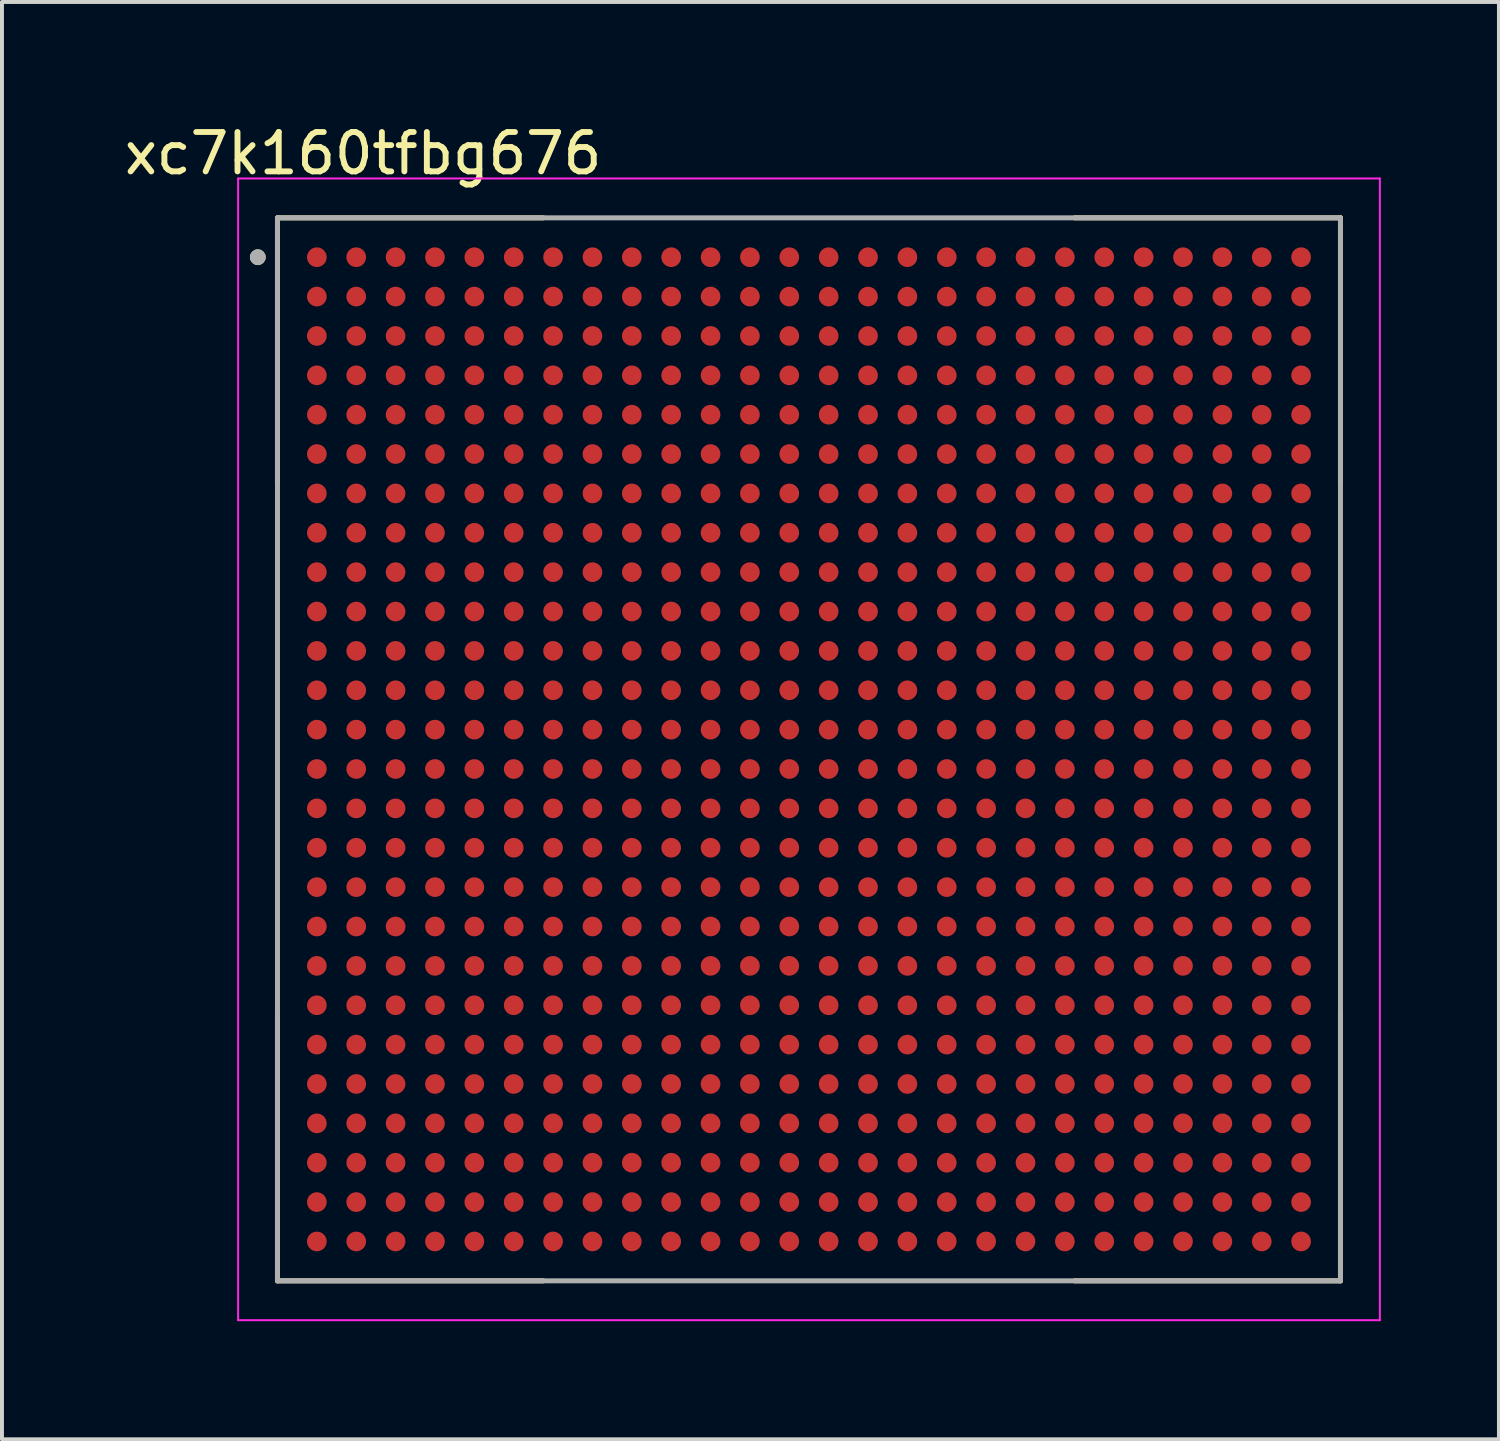
<source format=kicad_pcb>
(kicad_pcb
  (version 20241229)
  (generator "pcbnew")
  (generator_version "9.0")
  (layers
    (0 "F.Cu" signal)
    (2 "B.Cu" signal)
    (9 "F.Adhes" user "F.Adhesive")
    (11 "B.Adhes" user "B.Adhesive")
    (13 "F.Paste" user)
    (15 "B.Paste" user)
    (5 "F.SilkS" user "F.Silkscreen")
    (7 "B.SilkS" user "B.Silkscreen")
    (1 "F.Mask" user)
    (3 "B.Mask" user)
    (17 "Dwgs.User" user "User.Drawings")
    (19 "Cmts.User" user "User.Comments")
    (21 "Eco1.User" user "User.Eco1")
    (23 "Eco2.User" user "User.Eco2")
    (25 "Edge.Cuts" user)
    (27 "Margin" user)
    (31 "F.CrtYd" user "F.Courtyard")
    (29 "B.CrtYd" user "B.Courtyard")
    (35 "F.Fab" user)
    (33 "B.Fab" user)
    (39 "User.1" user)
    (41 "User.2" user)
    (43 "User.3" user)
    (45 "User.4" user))
  (footprint "xc7k160tfbg676"
    (layer "F.Cu")
    (at 17.498 15.983)
    (property "Reference" "xc7k160tfbg676" (at -11.325 -15.135 0) (layer "F.SilkS") (effects (font (size 1 1) (thickness 0.15))))
    (attr through_hole)
    (fp_line (start -13.5 -13.5) (end -13.5 -6.75) (stroke (width 0.127) (type solid)) (layer "F.SilkS"))
    (fp_line (start -13.5 -13.5) (end -6.75 -13.5) (stroke (width 0.127) (type solid)) (layer "F.SilkS"))
    (fp_line (start -13.5 13.5) (end -13.5 6.75) (stroke (width 0.127) (type solid)) (layer "F.SilkS"))
    (fp_line (start -13.5 13.5) (end -6.75 13.5) (stroke (width 0.127) (type solid)) (layer "F.SilkS"))
    (fp_line (start 13.5 -13.5) (end 6.75 -13.5) (stroke (width 0.127) (type solid)) (layer "F.SilkS"))
    (fp_line (start 13.5 -13.5) (end 13.5 -6.75) (stroke (width 0.127) (type solid)) (layer "F.SilkS"))
    (fp_line (start 13.5 13.5) (end 6.75 13.5) (stroke (width 0.127) (type solid)) (layer "F.SilkS"))
    (fp_line (start 13.5 13.5) (end 13.5 6.75) (stroke (width 0.127) (type solid)) (layer "F.SilkS"))
    (fp_circle (center -14 -12.5) (end -13.9 -12.5) (stroke (width 0.2) (type solid)) (fill no) (layer "F.SilkS"))
    (fp_line (start -14.5 -14.5) (end 14.5 -14.5) (stroke (width 0.05) (type solid)) (layer "F.CrtYd"))
    (fp_line (start -14.5 14.5) (end -14.5 -14.5) (stroke (width 0.05) (type solid)) (layer "F.CrtYd"))
    (fp_line (start -14.5 14.5) (end 14.5 14.5) (stroke (width 0.05) (type solid)) (layer "F.CrtYd"))
    (fp_line (start 14.5 14.5) (end 14.5 -14.5) (stroke (width 0.05) (type solid)) (layer "F.CrtYd"))
    (fp_line (start -13.5 13.5) (end -13.5 -13.5) (stroke (width 0.127) (type solid)) (layer "F.Fab"))
    (fp_line (start 13.5 -13.5) (end -13.5 -13.5) (stroke (width 0.127) (type solid)) (layer "F.Fab"))
    (fp_line (start 13.5 13.5) (end -13.5 13.5) (stroke (width 0.127) (type solid)) (layer "F.Fab"))
    (fp_line (start 13.5 13.5) (end 13.5 -13.5) (stroke (width 0.127) (type solid)) (layer "F.Fab"))
    (fp_circle (center -14 -12.5) (end -13.9 -12.5) (stroke (width 0.2) (type solid)) (fill no) (layer "F.Fab"))
    (pad "A1" smd circle (at -12.5 -12.5) (size 0.5 0.5) (layers "F.Cu" "F.Mask" "F.Paste"))
    (pad "A2" smd circle (at -11.5 -12.5) (size 0.5 0.5) (layers "F.Cu" "F.Mask" "F.Paste"))
    (pad "A3" smd circle (at -10.5 -12.5) (size 0.5 0.5) (layers "F.Cu" "F.Mask" "F.Paste"))
    (pad "A4" smd circle (at -9.5 -12.5) (size 0.5 0.5) (layers "F.Cu" "F.Mask" "F.Paste"))
    (pad "A5" smd circle (at -8.5 -12.5) (size 0.5 0.5) (layers "F.Cu" "F.Mask" "F.Paste"))
    (pad "A6" smd circle (at -7.5 -12.5) (size 0.5 0.5) (layers "F.Cu" "F.Mask" "F.Paste"))
    (pad "A7" smd circle (at -6.5 -12.5) (size 0.5 0.5) (layers "F.Cu" "F.Mask" "F.Paste"))
    (pad "A8" smd circle (at -5.5 -12.5) (size 0.5 0.5) (layers "F.Cu" "F.Mask" "F.Paste"))
    (pad "A9" smd circle (at -4.5 -12.5) (size 0.5 0.5) (layers "F.Cu" "F.Mask" "F.Paste"))
    (pad "A10" smd circle (at -3.5 -12.5) (size 0.5 0.5) (layers "F.Cu" "F.Mask" "F.Paste"))
    (pad "A11" smd circle (at -2.5 -12.5) (size 0.5 0.5) (layers "F.Cu" "F.Mask" "F.Paste"))
    (pad "A12" smd circle (at -1.5 -12.5) (size 0.5 0.5) (layers "F.Cu" "F.Mask" "F.Paste"))
    (pad "A13" smd circle (at -0.5 -12.5) (size 0.5 0.5) (layers "F.Cu" "F.Mask" "F.Paste"))
    (pad "A14" smd circle (at 0.5 -12.5) (size 0.5 0.5) (layers "F.Cu" "F.Mask" "F.Paste"))
    (pad "A15" smd circle (at 1.5 -12.5) (size 0.5 0.5) (layers "F.Cu" "F.Mask" "F.Paste"))
    (pad "A16" smd circle (at 2.5 -12.5) (size 0.5 0.5) (layers "F.Cu" "F.Mask" "F.Paste"))
    (pad "A17" smd circle (at 3.5 -12.5) (size 0.5 0.5) (layers "F.Cu" "F.Mask" "F.Paste"))
    (pad "A18" smd circle (at 4.5 -12.5) (size 0.5 0.5) (layers "F.Cu" "F.Mask" "F.Paste"))
    (pad "A19" smd circle (at 5.5 -12.5) (size 0.5 0.5) (layers "F.Cu" "F.Mask" "F.Paste"))
    (pad "A20" smd circle (at 6.5 -12.5) (size 0.5 0.5) (layers "F.Cu" "F.Mask" "F.Paste"))
    (pad "A21" smd circle (at 7.5 -12.5) (size 0.5 0.5) (layers "F.Cu" "F.Mask" "F.Paste"))
    (pad "A22" smd circle (at 8.5 -12.5) (size 0.5 0.5) (layers "F.Cu" "F.Mask" "F.Paste"))
    (pad "A23" smd circle (at 9.5 -12.5) (size 0.5 0.5) (layers "F.Cu" "F.Mask" "F.Paste"))
    (pad "A24" smd circle (at 10.5 -12.5) (size 0.5 0.5) (layers "F.Cu" "F.Mask" "F.Paste"))
    (pad "A25" smd circle (at 11.5 -12.5) (size 0.5 0.5) (layers "F.Cu" "F.Mask" "F.Paste"))
    (pad "A26" smd circle (at 12.5 -12.5) (size 0.5 0.5) (layers "F.Cu" "F.Mask" "F.Paste"))
    (pad "AA1" smd circle (at -12.5 7.5) (size 0.5 0.5) (layers "F.Cu" "F.Mask" "F.Paste"))
    (pad "AA2" smd circle (at -11.5 7.5) (size 0.5 0.5) (layers "F.Cu" "F.Mask" "F.Paste"))
    (pad "AA3" smd circle (at -10.5 7.5) (size 0.5 0.5) (layers "F.Cu" "F.Mask" "F.Paste"))
    (pad "AA4" smd circle (at -9.5 7.5) (size 0.5 0.5) (layers "F.Cu" "F.Mask" "F.Paste"))
    (pad "AA5" smd circle (at -8.5 7.5) (size 0.5 0.5) (layers "F.Cu" "F.Mask" "F.Paste"))
    (pad "AA6" smd circle (at -7.5 7.5) (size 0.5 0.5) (layers "F.Cu" "F.Mask" "F.Paste"))
    (pad "AA7" smd circle (at -6.5 7.5) (size 0.5 0.5) (layers "F.Cu" "F.Mask" "F.Paste"))
    (pad "AA8" smd circle (at -5.5 7.5) (size 0.5 0.5) (layers "F.Cu" "F.Mask" "F.Paste"))
    (pad "AA9" smd circle (at -4.5 7.5) (size 0.5 0.5) (layers "F.Cu" "F.Mask" "F.Paste"))
    (pad "AA10" smd circle (at -3.5 7.5) (size 0.5 0.5) (layers "F.Cu" "F.Mask" "F.Paste"))
    (pad "AA11" smd circle (at -2.5 7.5) (size 0.5 0.5) (layers "F.Cu" "F.Mask" "F.Paste"))
    (pad "AA12" smd circle (at -1.5 7.5) (size 0.5 0.5) (layers "F.Cu" "F.Mask" "F.Paste"))
    (pad "AA13" smd circle (at -0.5 7.5) (size 0.5 0.5) (layers "F.Cu" "F.Mask" "F.Paste"))
    (pad "AA14" smd circle (at 0.5 7.5) (size 0.5 0.5) (layers "F.Cu" "F.Mask" "F.Paste"))
    (pad "AA15" smd circle (at 1.5 7.5) (size 0.5 0.5) (layers "F.Cu" "F.Mask" "F.Paste"))
    (pad "AA16" smd circle (at 2.5 7.5) (size 0.5 0.5) (layers "F.Cu" "F.Mask" "F.Paste"))
    (pad "AA17" smd circle (at 3.5 7.5) (size 0.5 0.5) (layers "F.Cu" "F.Mask" "F.Paste"))
    (pad "AA18" smd circle (at 4.5 7.5) (size 0.5 0.5) (layers "F.Cu" "F.Mask" "F.Paste"))
    (pad "AA19" smd circle (at 5.5 7.5) (size 0.5 0.5) (layers "F.Cu" "F.Mask" "F.Paste"))
    (pad "AA20" smd circle (at 6.5 7.5) (size 0.5 0.5) (layers "F.Cu" "F.Mask" "F.Paste"))
    (pad "AA21" smd circle (at 7.5 7.5) (size 0.5 0.5) (layers "F.Cu" "F.Mask" "F.Paste"))
    (pad "AA22" smd circle (at 8.5 7.5) (size 0.5 0.5) (layers "F.Cu" "F.Mask" "F.Paste"))
    (pad "AA23" smd circle (at 9.5 7.5) (size 0.5 0.5) (layers "F.Cu" "F.Mask" "F.Paste"))
    (pad "AA24" smd circle (at 10.5 7.5) (size 0.5 0.5) (layers "F.Cu" "F.Mask" "F.Paste"))
    (pad "AA25" smd circle (at 11.5 7.5) (size 0.5 0.5) (layers "F.Cu" "F.Mask" "F.Paste"))
    (pad "AA26" smd circle (at 12.5 7.5) (size 0.5 0.5) (layers "F.Cu" "F.Mask" "F.Paste"))
    (pad "AB1" smd circle (at -12.5 8.5) (size 0.5 0.5) (layers "F.Cu" "F.Mask" "F.Paste"))
    (pad "AB2" smd circle (at -11.5 8.5) (size 0.5 0.5) (layers "F.Cu" "F.Mask" "F.Paste"))
    (pad "AB3" smd circle (at -10.5 8.5) (size 0.5 0.5) (layers "F.Cu" "F.Mask" "F.Paste"))
    (pad "AB4" smd circle (at -9.5 8.5) (size 0.5 0.5) (layers "F.Cu" "F.Mask" "F.Paste"))
    (pad "AB5" smd circle (at -8.5 8.5) (size 0.5 0.5) (layers "F.Cu" "F.Mask" "F.Paste"))
    (pad "AB6" smd circle (at -7.5 8.5) (size 0.5 0.5) (layers "F.Cu" "F.Mask" "F.Paste"))
    (pad "AB7" smd circle (at -6.5 8.5) (size 0.5 0.5) (layers "F.Cu" "F.Mask" "F.Paste"))
    (pad "AB8" smd circle (at -5.5 8.5) (size 0.5 0.5) (layers "F.Cu" "F.Mask" "F.Paste"))
    (pad "AB9" smd circle (at -4.5 8.5) (size 0.5 0.5) (layers "F.Cu" "F.Mask" "F.Paste"))
    (pad "AB10" smd circle (at -3.5 8.5) (size 0.5 0.5) (layers "F.Cu" "F.Mask" "F.Paste"))
    (pad "AB11" smd circle (at -2.5 8.5) (size 0.5 0.5) (layers "F.Cu" "F.Mask" "F.Paste"))
    (pad "AB12" smd circle (at -1.5 8.5) (size 0.5 0.5) (layers "F.Cu" "F.Mask" "F.Paste"))
    (pad "AB13" smd circle (at -0.5 8.5) (size 0.5 0.5) (layers "F.Cu" "F.Mask" "F.Paste"))
    (pad "AB14" smd circle (at 0.5 8.5) (size 0.5 0.5) (layers "F.Cu" "F.Mask" "F.Paste"))
    (pad "AB15" smd circle (at 1.5 8.5) (size 0.5 0.5) (layers "F.Cu" "F.Mask" "F.Paste"))
    (pad "AB16" smd circle (at 2.5 8.5) (size 0.5 0.5) (layers "F.Cu" "F.Mask" "F.Paste"))
    (pad "AB17" smd circle (at 3.5 8.5) (size 0.5 0.5) (layers "F.Cu" "F.Mask" "F.Paste"))
    (pad "AB18" smd circle (at 4.5 8.5) (size 0.5 0.5) (layers "F.Cu" "F.Mask" "F.Paste"))
    (pad "AB19" smd circle (at 5.5 8.5) (size 0.5 0.5) (layers "F.Cu" "F.Mask" "F.Paste"))
    (pad "AB20" smd circle (at 6.5 8.5) (size 0.5 0.5) (layers "F.Cu" "F.Mask" "F.Paste"))
    (pad "AB21" smd circle (at 7.5 8.5) (size 0.5 0.5) (layers "F.Cu" "F.Mask" "F.Paste"))
    (pad "AB22" smd circle (at 8.5 8.5) (size 0.5 0.5) (layers "F.Cu" "F.Mask" "F.Paste"))
    (pad "AB23" smd circle (at 9.5 8.5) (size 0.5 0.5) (layers "F.Cu" "F.Mask" "F.Paste"))
    (pad "AB24" smd circle (at 10.5 8.5) (size 0.5 0.5) (layers "F.Cu" "F.Mask" "F.Paste"))
    (pad "AB25" smd circle (at 11.5 8.5) (size 0.5 0.5) (layers "F.Cu" "F.Mask" "F.Paste"))
    (pad "AB26" smd circle (at 12.5 8.5) (size 0.5 0.5) (layers "F.Cu" "F.Mask" "F.Paste"))
    (pad "AC1" smd circle (at -12.5 9.5) (size 0.5 0.5) (layers "F.Cu" "F.Mask" "F.Paste"))
    (pad "AC2" smd circle (at -11.5 9.5) (size 0.5 0.5) (layers "F.Cu" "F.Mask" "F.Paste"))
    (pad "AC3" smd circle (at -10.5 9.5) (size 0.5 0.5) (layers "F.Cu" "F.Mask" "F.Paste"))
    (pad "AC4" smd circle (at -9.5 9.5) (size 0.5 0.5) (layers "F.Cu" "F.Mask" "F.Paste"))
    (pad "AC5" smd circle (at -8.5 9.5) (size 0.5 0.5) (layers "F.Cu" "F.Mask" "F.Paste"))
    (pad "AC6" smd circle (at -7.5 9.5) (size 0.5 0.5) (layers "F.Cu" "F.Mask" "F.Paste"))
    (pad "AC7" smd circle (at -6.5 9.5) (size 0.5 0.5) (layers "F.Cu" "F.Mask" "F.Paste"))
    (pad "AC8" smd circle (at -5.5 9.5) (size 0.5 0.5) (layers "F.Cu" "F.Mask" "F.Paste"))
    (pad "AC9" smd circle (at -4.5 9.5) (size 0.5 0.5) (layers "F.Cu" "F.Mask" "F.Paste"))
    (pad "AC10" smd circle (at -3.5 9.5) (size 0.5 0.5) (layers "F.Cu" "F.Mask" "F.Paste"))
    (pad "AC11" smd circle (at -2.5 9.5) (size 0.5 0.5) (layers "F.Cu" "F.Mask" "F.Paste"))
    (pad "AC12" smd circle (at -1.5 9.5) (size 0.5 0.5) (layers "F.Cu" "F.Mask" "F.Paste"))
    (pad "AC13" smd circle (at -0.5 9.5) (size 0.5 0.5) (layers "F.Cu" "F.Mask" "F.Paste"))
    (pad "AC14" smd circle (at 0.5 9.5) (size 0.5 0.5) (layers "F.Cu" "F.Mask" "F.Paste"))
    (pad "AC15" smd circle (at 1.5 9.5) (size 0.5 0.5) (layers "F.Cu" "F.Mask" "F.Paste"))
    (pad "AC16" smd circle (at 2.5 9.5) (size 0.5 0.5) (layers "F.Cu" "F.Mask" "F.Paste"))
    (pad "AC17" smd circle (at 3.5 9.5) (size 0.5 0.5) (layers "F.Cu" "F.Mask" "F.Paste"))
    (pad "AC18" smd circle (at 4.5 9.5) (size 0.5 0.5) (layers "F.Cu" "F.Mask" "F.Paste"))
    (pad "AC19" smd circle (at 5.5 9.5) (size 0.5 0.5) (layers "F.Cu" "F.Mask" "F.Paste"))
    (pad "AC20" smd circle (at 6.5 9.5) (size 0.5 0.5) (layers "F.Cu" "F.Mask" "F.Paste"))
    (pad "AC21" smd circle (at 7.5 9.5) (size 0.5 0.5) (layers "F.Cu" "F.Mask" "F.Paste"))
    (pad "AC22" smd circle (at 8.5 9.5) (size 0.5 0.5) (layers "F.Cu" "F.Mask" "F.Paste"))
    (pad "AC23" smd circle (at 9.5 9.5) (size 0.5 0.5) (layers "F.Cu" "F.Mask" "F.Paste"))
    (pad "AC24" smd circle (at 10.5 9.5) (size 0.5 0.5) (layers "F.Cu" "F.Mask" "F.Paste"))
    (pad "AC25" smd circle (at 11.5 9.5) (size 0.5 0.5) (layers "F.Cu" "F.Mask" "F.Paste"))
    (pad "AC26" smd circle (at 12.5 9.5) (size 0.5 0.5) (layers "F.Cu" "F.Mask" "F.Paste"))
    (pad "AD1" smd circle (at -12.5 10.5) (size 0.5 0.5) (layers "F.Cu" "F.Mask" "F.Paste"))
    (pad "AD2" smd circle (at -11.5 10.5) (size 0.5 0.5) (layers "F.Cu" "F.Mask" "F.Paste"))
    (pad "AD3" smd circle (at -10.5 10.5) (size 0.5 0.5) (layers "F.Cu" "F.Mask" "F.Paste"))
    (pad "AD4" smd circle (at -9.5 10.5) (size 0.5 0.5) (layers "F.Cu" "F.Mask" "F.Paste"))
    (pad "AD5" smd circle (at -8.5 10.5) (size 0.5 0.5) (layers "F.Cu" "F.Mask" "F.Paste"))
    (pad "AD6" smd circle (at -7.5 10.5) (size 0.5 0.5) (layers "F.Cu" "F.Mask" "F.Paste"))
    (pad "AD7" smd circle (at -6.5 10.5) (size 0.5 0.5) (layers "F.Cu" "F.Mask" "F.Paste"))
    (pad "AD8" smd circle (at -5.5 10.5) (size 0.5 0.5) (layers "F.Cu" "F.Mask" "F.Paste"))
    (pad "AD9" smd circle (at -4.5 10.5) (size 0.5 0.5) (layers "F.Cu" "F.Mask" "F.Paste"))
    (pad "AD10" smd circle (at -3.5 10.5) (size 0.5 0.5) (layers "F.Cu" "F.Mask" "F.Paste"))
    (pad "AD11" smd circle (at -2.5 10.5) (size 0.5 0.5) (layers "F.Cu" "F.Mask" "F.Paste"))
    (pad "AD12" smd circle (at -1.5 10.5) (size 0.5 0.5) (layers "F.Cu" "F.Mask" "F.Paste"))
    (pad "AD13" smd circle (at -0.5 10.5) (size 0.5 0.5) (layers "F.Cu" "F.Mask" "F.Paste"))
    (pad "AD14" smd circle (at 0.5 10.5) (size 0.5 0.5) (layers "F.Cu" "F.Mask" "F.Paste"))
    (pad "AD15" smd circle (at 1.5 10.5) (size 0.5 0.5) (layers "F.Cu" "F.Mask" "F.Paste"))
    (pad "AD16" smd circle (at 2.5 10.5) (size 0.5 0.5) (layers "F.Cu" "F.Mask" "F.Paste"))
    (pad "AD17" smd circle (at 3.5 10.5) (size 0.5 0.5) (layers "F.Cu" "F.Mask" "F.Paste"))
    (pad "AD18" smd circle (at 4.5 10.5) (size 0.5 0.5) (layers "F.Cu" "F.Mask" "F.Paste"))
    (pad "AD19" smd circle (at 5.5 10.5) (size 0.5 0.5) (layers "F.Cu" "F.Mask" "F.Paste"))
    (pad "AD20" smd circle (at 6.5 10.5) (size 0.5 0.5) (layers "F.Cu" "F.Mask" "F.Paste"))
    (pad "AD21" smd circle (at 7.5 10.5) (size 0.5 0.5) (layers "F.Cu" "F.Mask" "F.Paste"))
    (pad "AD22" smd circle (at 8.5 10.5) (size 0.5 0.5) (layers "F.Cu" "F.Mask" "F.Paste"))
    (pad "AD23" smd circle (at 9.5 10.5) (size 0.5 0.5) (layers "F.Cu" "F.Mask" "F.Paste"))
    (pad "AD24" smd circle (at 10.5 10.5) (size 0.5 0.5) (layers "F.Cu" "F.Mask" "F.Paste"))
    (pad "AD25" smd circle (at 11.5 10.5) (size 0.5 0.5) (layers "F.Cu" "F.Mask" "F.Paste"))
    (pad "AD26" smd circle (at 12.5 10.5) (size 0.5 0.5) (layers "F.Cu" "F.Mask" "F.Paste"))
    (pad "AE1" smd circle (at -12.5 11.5) (size 0.5 0.5) (layers "F.Cu" "F.Mask" "F.Paste"))
    (pad "AE2" smd circle (at -11.5 11.5) (size 0.5 0.5) (layers "F.Cu" "F.Mask" "F.Paste"))
    (pad "AE3" smd circle (at -10.5 11.5) (size 0.5 0.5) (layers "F.Cu" "F.Mask" "F.Paste"))
    (pad "AE4" smd circle (at -9.5 11.5) (size 0.5 0.5) (layers "F.Cu" "F.Mask" "F.Paste"))
    (pad "AE5" smd circle (at -8.5 11.5) (size 0.5 0.5) (layers "F.Cu" "F.Mask" "F.Paste"))
    (pad "AE6" smd circle (at -7.5 11.5) (size 0.5 0.5) (layers "F.Cu" "F.Mask" "F.Paste"))
    (pad "AE7" smd circle (at -6.5 11.5) (size 0.5 0.5) (layers "F.Cu" "F.Mask" "F.Paste"))
    (pad "AE8" smd circle (at -5.5 11.5) (size 0.5 0.5) (layers "F.Cu" "F.Mask" "F.Paste"))
    (pad "AE9" smd circle (at -4.5 11.5) (size 0.5 0.5) (layers "F.Cu" "F.Mask" "F.Paste"))
    (pad "AE10" smd circle (at -3.5 11.5) (size 0.5 0.5) (layers "F.Cu" "F.Mask" "F.Paste"))
    (pad "AE11" smd circle (at -2.5 11.5) (size 0.5 0.5) (layers "F.Cu" "F.Mask" "F.Paste"))
    (pad "AE12" smd circle (at -1.5 11.5) (size 0.5 0.5) (layers "F.Cu" "F.Mask" "F.Paste"))
    (pad "AE13" smd circle (at -0.5 11.5) (size 0.5 0.5) (layers "F.Cu" "F.Mask" "F.Paste"))
    (pad "AE14" smd circle (at 0.5 11.5) (size 0.5 0.5) (layers "F.Cu" "F.Mask" "F.Paste"))
    (pad "AE15" smd circle (at 1.5 11.5) (size 0.5 0.5) (layers "F.Cu" "F.Mask" "F.Paste"))
    (pad "AE16" smd circle (at 2.5 11.5) (size 0.5 0.5) (layers "F.Cu" "F.Mask" "F.Paste"))
    (pad "AE17" smd circle (at 3.5 11.5) (size 0.5 0.5) (layers "F.Cu" "F.Mask" "F.Paste"))
    (pad "AE18" smd circle (at 4.5 11.5) (size 0.5 0.5) (layers "F.Cu" "F.Mask" "F.Paste"))
    (pad "AE19" smd circle (at 5.5 11.5) (size 0.5 0.5) (layers "F.Cu" "F.Mask" "F.Paste"))
    (pad "AE20" smd circle (at 6.5 11.5) (size 0.5 0.5) (layers "F.Cu" "F.Mask" "F.Paste"))
    (pad "AE21" smd circle (at 7.5 11.5) (size 0.5 0.5) (layers "F.Cu" "F.Mask" "F.Paste"))
    (pad "AE22" smd circle (at 8.5 11.5) (size 0.5 0.5) (layers "F.Cu" "F.Mask" "F.Paste"))
    (pad "AE23" smd circle (at 9.5 11.5) (size 0.5 0.5) (layers "F.Cu" "F.Mask" "F.Paste"))
    (pad "AE24" smd circle (at 10.5 11.5) (size 0.5 0.5) (layers "F.Cu" "F.Mask" "F.Paste"))
    (pad "AE25" smd circle (at 11.5 11.5) (size 0.5 0.5) (layers "F.Cu" "F.Mask" "F.Paste"))
    (pad "AE26" smd circle (at 12.5 11.5) (size 0.5 0.5) (layers "F.Cu" "F.Mask" "F.Paste"))
    (pad "AF1" smd circle (at -12.5 12.5) (size 0.5 0.5) (layers "F.Cu" "F.Mask" "F.Paste"))
    (pad "AF2" smd circle (at -11.5 12.5) (size 0.5 0.5) (layers "F.Cu" "F.Mask" "F.Paste"))
    (pad "AF3" smd circle (at -10.5 12.5) (size 0.5 0.5) (layers "F.Cu" "F.Mask" "F.Paste"))
    (pad "AF4" smd circle (at -9.5 12.5) (size 0.5 0.5) (layers "F.Cu" "F.Mask" "F.Paste"))
    (pad "AF5" smd circle (at -8.5 12.5) (size 0.5 0.5) (layers "F.Cu" "F.Mask" "F.Paste"))
    (pad "AF6" smd circle (at -7.5 12.5) (size 0.5 0.5) (layers "F.Cu" "F.Mask" "F.Paste"))
    (pad "AF7" smd circle (at -6.5 12.5) (size 0.5 0.5) (layers "F.Cu" "F.Mask" "F.Paste"))
    (pad "AF8" smd circle (at -5.5 12.5) (size 0.5 0.5) (layers "F.Cu" "F.Mask" "F.Paste"))
    (pad "AF9" smd circle (at -4.5 12.5) (size 0.5 0.5) (layers "F.Cu" "F.Mask" "F.Paste"))
    (pad "AF10" smd circle (at -3.5 12.5) (size 0.5 0.5) (layers "F.Cu" "F.Mask" "F.Paste"))
    (pad "AF11" smd circle (at -2.5 12.5) (size 0.5 0.5) (layers "F.Cu" "F.Mask" "F.Paste"))
    (pad "AF12" smd circle (at -1.5 12.5) (size 0.5 0.5) (layers "F.Cu" "F.Mask" "F.Paste"))
    (pad "AF13" smd circle (at -0.5 12.5) (size 0.5 0.5) (layers "F.Cu" "F.Mask" "F.Paste"))
    (pad "AF14" smd circle (at 0.5 12.5) (size 0.5 0.5) (layers "F.Cu" "F.Mask" "F.Paste"))
    (pad "AF15" smd circle (at 1.5 12.5) (size 0.5 0.5) (layers "F.Cu" "F.Mask" "F.Paste"))
    (pad "AF16" smd circle (at 2.5 12.5) (size 0.5 0.5) (layers "F.Cu" "F.Mask" "F.Paste"))
    (pad "AF17" smd circle (at 3.5 12.5) (size 0.5 0.5) (layers "F.Cu" "F.Mask" "F.Paste"))
    (pad "AF18" smd circle (at 4.5 12.5) (size 0.5 0.5) (layers "F.Cu" "F.Mask" "F.Paste"))
    (pad "AF19" smd circle (at 5.5 12.5) (size 0.5 0.5) (layers "F.Cu" "F.Mask" "F.Paste"))
    (pad "AF20" smd circle (at 6.5 12.5) (size 0.5 0.5) (layers "F.Cu" "F.Mask" "F.Paste"))
    (pad "AF21" smd circle (at 7.5 12.5) (size 0.5 0.5) (layers "F.Cu" "F.Mask" "F.Paste"))
    (pad "AF22" smd circle (at 8.5 12.5) (size 0.5 0.5) (layers "F.Cu" "F.Mask" "F.Paste"))
    (pad "AF23" smd circle (at 9.5 12.5) (size 0.5 0.5) (layers "F.Cu" "F.Mask" "F.Paste"))
    (pad "AF24" smd circle (at 10.5 12.5) (size 0.5 0.5) (layers "F.Cu" "F.Mask" "F.Paste"))
    (pad "AF25" smd circle (at 11.5 12.5) (size 0.5 0.5) (layers "F.Cu" "F.Mask" "F.Paste"))
    (pad "AF26" smd circle (at 12.5 12.5) (size 0.5 0.5) (layers "F.Cu" "F.Mask" "F.Paste"))
    (pad "B1" smd circle (at -12.5 -11.5) (size 0.5 0.5) (layers "F.Cu" "F.Mask" "F.Paste"))
    (pad "B2" smd circle (at -11.5 -11.5) (size 0.5 0.5) (layers "F.Cu" "F.Mask" "F.Paste"))
    (pad "B3" smd circle (at -10.5 -11.5) (size 0.5 0.5) (layers "F.Cu" "F.Mask" "F.Paste"))
    (pad "B4" smd circle (at -9.5 -11.5) (size 0.5 0.5) (layers "F.Cu" "F.Mask" "F.Paste"))
    (pad "B5" smd circle (at -8.5 -11.5) (size 0.5 0.5) (layers "F.Cu" "F.Mask" "F.Paste"))
    (pad "B6" smd circle (at -7.5 -11.5) (size 0.5 0.5) (layers "F.Cu" "F.Mask" "F.Paste"))
    (pad "B7" smd circle (at -6.5 -11.5) (size 0.5 0.5) (layers "F.Cu" "F.Mask" "F.Paste"))
    (pad "B8" smd circle (at -5.5 -11.5) (size 0.5 0.5) (layers "F.Cu" "F.Mask" "F.Paste"))
    (pad "B9" smd circle (at -4.5 -11.5) (size 0.5 0.5) (layers "F.Cu" "F.Mask" "F.Paste"))
    (pad "B10" smd circle (at -3.5 -11.5) (size 0.5 0.5) (layers "F.Cu" "F.Mask" "F.Paste"))
    (pad "B11" smd circle (at -2.5 -11.5) (size 0.5 0.5) (layers "F.Cu" "F.Mask" "F.Paste"))
    (pad "B12" smd circle (at -1.5 -11.5) (size 0.5 0.5) (layers "F.Cu" "F.Mask" "F.Paste"))
    (pad "B13" smd circle (at -0.5 -11.5) (size 0.5 0.5) (layers "F.Cu" "F.Mask" "F.Paste"))
    (pad "B14" smd circle (at 0.5 -11.5) (size 0.5 0.5) (layers "F.Cu" "F.Mask" "F.Paste"))
    (pad "B15" smd circle (at 1.5 -11.5) (size 0.5 0.5) (layers "F.Cu" "F.Mask" "F.Paste"))
    (pad "B16" smd circle (at 2.5 -11.5) (size 0.5 0.5) (layers "F.Cu" "F.Mask" "F.Paste"))
    (pad "B17" smd circle (at 3.5 -11.5) (size 0.5 0.5) (layers "F.Cu" "F.Mask" "F.Paste"))
    (pad "B18" smd circle (at 4.5 -11.5) (size 0.5 0.5) (layers "F.Cu" "F.Mask" "F.Paste"))
    (pad "B19" smd circle (at 5.5 -11.5) (size 0.5 0.5) (layers "F.Cu" "F.Mask" "F.Paste"))
    (pad "B20" smd circle (at 6.5 -11.5) (size 0.5 0.5) (layers "F.Cu" "F.Mask" "F.Paste"))
    (pad "B21" smd circle (at 7.5 -11.5) (size 0.5 0.5) (layers "F.Cu" "F.Mask" "F.Paste"))
    (pad "B22" smd circle (at 8.5 -11.5) (size 0.5 0.5) (layers "F.Cu" "F.Mask" "F.Paste"))
    (pad "B23" smd circle (at 9.5 -11.5) (size 0.5 0.5) (layers "F.Cu" "F.Mask" "F.Paste"))
    (pad "B24" smd circle (at 10.5 -11.5) (size 0.5 0.5) (layers "F.Cu" "F.Mask" "F.Paste"))
    (pad "B25" smd circle (at 11.5 -11.5) (size 0.5 0.5) (layers "F.Cu" "F.Mask" "F.Paste"))
    (pad "B26" smd circle (at 12.5 -11.5) (size 0.5 0.5) (layers "F.Cu" "F.Mask" "F.Paste"))
    (pad "C1" smd circle (at -12.5 -10.5) (size 0.5 0.5) (layers "F.Cu" "F.Mask" "F.Paste"))
    (pad "C2" smd circle (at -11.5 -10.5) (size 0.5 0.5) (layers "F.Cu" "F.Mask" "F.Paste"))
    (pad "C3" smd circle (at -10.5 -10.5) (size 0.5 0.5) (layers "F.Cu" "F.Mask" "F.Paste"))
    (pad "C4" smd circle (at -9.5 -10.5) (size 0.5 0.5) (layers "F.Cu" "F.Mask" "F.Paste"))
    (pad "C5" smd circle (at -8.5 -10.5) (size 0.5 0.5) (layers "F.Cu" "F.Mask" "F.Paste"))
    (pad "C6" smd circle (at -7.5 -10.5) (size 0.5 0.5) (layers "F.Cu" "F.Mask" "F.Paste"))
    (pad "C7" smd circle (at -6.5 -10.5) (size 0.5 0.5) (layers "F.Cu" "F.Mask" "F.Paste"))
    (pad "C8" smd circle (at -5.5 -10.5) (size 0.5 0.5) (layers "F.Cu" "F.Mask" "F.Paste"))
    (pad "C9" smd circle (at -4.5 -10.5) (size 0.5 0.5) (layers "F.Cu" "F.Mask" "F.Paste"))
    (pad "C10" smd circle (at -3.5 -10.5) (size 0.5 0.5) (layers "F.Cu" "F.Mask" "F.Paste"))
    (pad "C11" smd circle (at -2.5 -10.5) (size 0.5 0.5) (layers "F.Cu" "F.Mask" "F.Paste"))
    (pad "C12" smd circle (at -1.5 -10.5) (size 0.5 0.5) (layers "F.Cu" "F.Mask" "F.Paste"))
    (pad "C13" smd circle (at -0.5 -10.5) (size 0.5 0.5) (layers "F.Cu" "F.Mask" "F.Paste"))
    (pad "C14" smd circle (at 0.5 -10.5) (size 0.5 0.5) (layers "F.Cu" "F.Mask" "F.Paste"))
    (pad "C15" smd circle (at 1.5 -10.5) (size 0.5 0.5) (layers "F.Cu" "F.Mask" "F.Paste"))
    (pad "C16" smd circle (at 2.5 -10.5) (size 0.5 0.5) (layers "F.Cu" "F.Mask" "F.Paste"))
    (pad "C17" smd circle (at 3.5 -10.5) (size 0.5 0.5) (layers "F.Cu" "F.Mask" "F.Paste"))
    (pad "C18" smd circle (at 4.5 -10.5) (size 0.5 0.5) (layers "F.Cu" "F.Mask" "F.Paste"))
    (pad "C19" smd circle (at 5.5 -10.5) (size 0.5 0.5) (layers "F.Cu" "F.Mask" "F.Paste"))
    (pad "C20" smd circle (at 6.5 -10.5) (size 0.5 0.5) (layers "F.Cu" "F.Mask" "F.Paste"))
    (pad "C21" smd circle (at 7.5 -10.5) (size 0.5 0.5) (layers "F.Cu" "F.Mask" "F.Paste"))
    (pad "C22" smd circle (at 8.5 -10.5) (size 0.5 0.5) (layers "F.Cu" "F.Mask" "F.Paste"))
    (pad "C23" smd circle (at 9.5 -10.5) (size 0.5 0.5) (layers "F.Cu" "F.Mask" "F.Paste"))
    (pad "C24" smd circle (at 10.5 -10.5) (size 0.5 0.5) (layers "F.Cu" "F.Mask" "F.Paste"))
    (pad "C25" smd circle (at 11.5 -10.5) (size 0.5 0.5) (layers "F.Cu" "F.Mask" "F.Paste"))
    (pad "C26" smd circle (at 12.5 -10.5) (size 0.5 0.5) (layers "F.Cu" "F.Mask" "F.Paste"))
    (pad "D1" smd circle (at -12.5 -9.5) (size 0.5 0.5) (layers "F.Cu" "F.Mask" "F.Paste"))
    (pad "D2" smd circle (at -11.5 -9.5) (size 0.5 0.5) (layers "F.Cu" "F.Mask" "F.Paste"))
    (pad "D3" smd circle (at -10.5 -9.5) (size 0.5 0.5) (layers "F.Cu" "F.Mask" "F.Paste"))
    (pad "D4" smd circle (at -9.5 -9.5) (size 0.5 0.5) (layers "F.Cu" "F.Mask" "F.Paste"))
    (pad "D5" smd circle (at -8.5 -9.5) (size 0.5 0.5) (layers "F.Cu" "F.Mask" "F.Paste"))
    (pad "D6" smd circle (at -7.5 -9.5) (size 0.5 0.5) (layers "F.Cu" "F.Mask" "F.Paste"))
    (pad "D7" smd circle (at -6.5 -9.5) (size 0.5 0.5) (layers "F.Cu" "F.Mask" "F.Paste"))
    (pad "D8" smd circle (at -5.5 -9.5) (size 0.5 0.5) (layers "F.Cu" "F.Mask" "F.Paste"))
    (pad "D9" smd circle (at -4.5 -9.5) (size 0.5 0.5) (layers "F.Cu" "F.Mask" "F.Paste"))
    (pad "D10" smd circle (at -3.5 -9.5) (size 0.5 0.5) (layers "F.Cu" "F.Mask" "F.Paste"))
    (pad "D11" smd circle (at -2.5 -9.5) (size 0.5 0.5) (layers "F.Cu" "F.Mask" "F.Paste"))
    (pad "D12" smd circle (at -1.5 -9.5) (size 0.5 0.5) (layers "F.Cu" "F.Mask" "F.Paste"))
    (pad "D13" smd circle (at -0.5 -9.5) (size 0.5 0.5) (layers "F.Cu" "F.Mask" "F.Paste"))
    (pad "D14" smd circle (at 0.5 -9.5) (size 0.5 0.5) (layers "F.Cu" "F.Mask" "F.Paste"))
    (pad "D15" smd circle (at 1.5 -9.5) (size 0.5 0.5) (layers "F.Cu" "F.Mask" "F.Paste"))
    (pad "D16" smd circle (at 2.5 -9.5) (size 0.5 0.5) (layers "F.Cu" "F.Mask" "F.Paste"))
    (pad "D17" smd circle (at 3.5 -9.5) (size 0.5 0.5) (layers "F.Cu" "F.Mask" "F.Paste"))
    (pad "D18" smd circle (at 4.5 -9.5) (size 0.5 0.5) (layers "F.Cu" "F.Mask" "F.Paste"))
    (pad "D19" smd circle (at 5.5 -9.5) (size 0.5 0.5) (layers "F.Cu" "F.Mask" "F.Paste"))
    (pad "D20" smd circle (at 6.5 -9.5) (size 0.5 0.5) (layers "F.Cu" "F.Mask" "F.Paste"))
    (pad "D21" smd circle (at 7.5 -9.5) (size 0.5 0.5) (layers "F.Cu" "F.Mask" "F.Paste"))
    (pad "D22" smd circle (at 8.5 -9.5) (size 0.5 0.5) (layers "F.Cu" "F.Mask" "F.Paste"))
    (pad "D23" smd circle (at 9.5 -9.5) (size 0.5 0.5) (layers "F.Cu" "F.Mask" "F.Paste"))
    (pad "D24" smd circle (at 10.5 -9.5) (size 0.5 0.5) (layers "F.Cu" "F.Mask" "F.Paste"))
    (pad "D25" smd circle (at 11.5 -9.5) (size 0.5 0.5) (layers "F.Cu" "F.Mask" "F.Paste"))
    (pad "D26" smd circle (at 12.5 -9.5) (size 0.5 0.5) (layers "F.Cu" "F.Mask" "F.Paste"))
    (pad "E1" smd circle (at -12.5 -8.5) (size 0.5 0.5) (layers "F.Cu" "F.Mask" "F.Paste"))
    (pad "E2" smd circle (at -11.5 -8.5) (size 0.5 0.5) (layers "F.Cu" "F.Mask" "F.Paste"))
    (pad "E3" smd circle (at -10.5 -8.5) (size 0.5 0.5) (layers "F.Cu" "F.Mask" "F.Paste"))
    (pad "E4" smd circle (at -9.5 -8.5) (size 0.5 0.5) (layers "F.Cu" "F.Mask" "F.Paste"))
    (pad "E5" smd circle (at -8.5 -8.5) (size 0.5 0.5) (layers "F.Cu" "F.Mask" "F.Paste"))
    (pad "E6" smd circle (at -7.5 -8.5) (size 0.5 0.5) (layers "F.Cu" "F.Mask" "F.Paste"))
    (pad "E7" smd circle (at -6.5 -8.5) (size 0.5 0.5) (layers "F.Cu" "F.Mask" "F.Paste"))
    (pad "E8" smd circle (at -5.5 -8.5) (size 0.5 0.5) (layers "F.Cu" "F.Mask" "F.Paste"))
    (pad "E9" smd circle (at -4.5 -8.5) (size 0.5 0.5) (layers "F.Cu" "F.Mask" "F.Paste"))
    (pad "E10" smd circle (at -3.5 -8.5) (size 0.5 0.5) (layers "F.Cu" "F.Mask" "F.Paste"))
    (pad "E11" smd circle (at -2.5 -8.5) (size 0.5 0.5) (layers "F.Cu" "F.Mask" "F.Paste"))
    (pad "E12" smd circle (at -1.5 -8.5) (size 0.5 0.5) (layers "F.Cu" "F.Mask" "F.Paste"))
    (pad "E13" smd circle (at -0.5 -8.5) (size 0.5 0.5) (layers "F.Cu" "F.Mask" "F.Paste"))
    (pad "E14" smd circle (at 0.5 -8.5) (size 0.5 0.5) (layers "F.Cu" "F.Mask" "F.Paste"))
    (pad "E15" smd circle (at 1.5 -8.5) (size 0.5 0.5) (layers "F.Cu" "F.Mask" "F.Paste"))
    (pad "E16" smd circle (at 2.5 -8.5) (size 0.5 0.5) (layers "F.Cu" "F.Mask" "F.Paste"))
    (pad "E17" smd circle (at 3.5 -8.5) (size 0.5 0.5) (layers "F.Cu" "F.Mask" "F.Paste"))
    (pad "E18" smd circle (at 4.5 -8.5) (size 0.5 0.5) (layers "F.Cu" "F.Mask" "F.Paste"))
    (pad "E19" smd circle (at 5.5 -8.5) (size 0.5 0.5) (layers "F.Cu" "F.Mask" "F.Paste"))
    (pad "E20" smd circle (at 6.5 -8.5) (size 0.5 0.5) (layers "F.Cu" "F.Mask" "F.Paste"))
    (pad "E21" smd circle (at 7.5 -8.5) (size 0.5 0.5) (layers "F.Cu" "F.Mask" "F.Paste"))
    (pad "E22" smd circle (at 8.5 -8.5) (size 0.5 0.5) (layers "F.Cu" "F.Mask" "F.Paste"))
    (pad "E23" smd circle (at 9.5 -8.5) (size 0.5 0.5) (layers "F.Cu" "F.Mask" "F.Paste"))
    (pad "E24" smd circle (at 10.5 -8.5) (size 0.5 0.5) (layers "F.Cu" "F.Mask" "F.Paste"))
    (pad "E25" smd circle (at 11.5 -8.5) (size 0.5 0.5) (layers "F.Cu" "F.Mask" "F.Paste"))
    (pad "E26" smd circle (at 12.5 -8.5) (size 0.5 0.5) (layers "F.Cu" "F.Mask" "F.Paste"))
    (pad "F1" smd circle (at -12.5 -7.5) (size 0.5 0.5) (layers "F.Cu" "F.Mask" "F.Paste"))
    (pad "F2" smd circle (at -11.5 -7.5) (size 0.5 0.5) (layers "F.Cu" "F.Mask" "F.Paste"))
    (pad "F3" smd circle (at -10.5 -7.5) (size 0.5 0.5) (layers "F.Cu" "F.Mask" "F.Paste"))
    (pad "F4" smd circle (at -9.5 -7.5) (size 0.5 0.5) (layers "F.Cu" "F.Mask" "F.Paste"))
    (pad "F5" smd circle (at -8.5 -7.5) (size 0.5 0.5) (layers "F.Cu" "F.Mask" "F.Paste"))
    (pad "F6" smd circle (at -7.5 -7.5) (size 0.5 0.5) (layers "F.Cu" "F.Mask" "F.Paste"))
    (pad "F7" smd circle (at -6.5 -7.5) (size 0.5 0.5) (layers "F.Cu" "F.Mask" "F.Paste"))
    (pad "F8" smd circle (at -5.5 -7.5) (size 0.5 0.5) (layers "F.Cu" "F.Mask" "F.Paste"))
    (pad "F9" smd circle (at -4.5 -7.5) (size 0.5 0.5) (layers "F.Cu" "F.Mask" "F.Paste"))
    (pad "F10" smd circle (at -3.5 -7.5) (size 0.5 0.5) (layers "F.Cu" "F.Mask" "F.Paste"))
    (pad "F11" smd circle (at -2.5 -7.5) (size 0.5 0.5) (layers "F.Cu" "F.Mask" "F.Paste"))
    (pad "F12" smd circle (at -1.5 -7.5) (size 0.5 0.5) (layers "F.Cu" "F.Mask" "F.Paste"))
    (pad "F13" smd circle (at -0.5 -7.5) (size 0.5 0.5) (layers "F.Cu" "F.Mask" "F.Paste"))
    (pad "F14" smd circle (at 0.5 -7.5) (size 0.5 0.5) (layers "F.Cu" "F.Mask" "F.Paste"))
    (pad "F15" smd circle (at 1.5 -7.5) (size 0.5 0.5) (layers "F.Cu" "F.Mask" "F.Paste"))
    (pad "F16" smd circle (at 2.5 -7.5) (size 0.5 0.5) (layers "F.Cu" "F.Mask" "F.Paste"))
    (pad "F17" smd circle (at 3.5 -7.5) (size 0.5 0.5) (layers "F.Cu" "F.Mask" "F.Paste"))
    (pad "F18" smd circle (at 4.5 -7.5) (size 0.5 0.5) (layers "F.Cu" "F.Mask" "F.Paste"))
    (pad "F19" smd circle (at 5.5 -7.5) (size 0.5 0.5) (layers "F.Cu" "F.Mask" "F.Paste"))
    (pad "F20" smd circle (at 6.5 -7.5) (size 0.5 0.5) (layers "F.Cu" "F.Mask" "F.Paste"))
    (pad "F21" smd circle (at 7.5 -7.5) (size 0.5 0.5) (layers "F.Cu" "F.Mask" "F.Paste"))
    (pad "F22" smd circle (at 8.5 -7.5) (size 0.5 0.5) (layers "F.Cu" "F.Mask" "F.Paste"))
    (pad "F23" smd circle (at 9.5 -7.5) (size 0.5 0.5) (layers "F.Cu" "F.Mask" "F.Paste"))
    (pad "F24" smd circle (at 10.5 -7.5) (size 0.5 0.5) (layers "F.Cu" "F.Mask" "F.Paste"))
    (pad "F25" smd circle (at 11.5 -7.5) (size 0.5 0.5) (layers "F.Cu" "F.Mask" "F.Paste"))
    (pad "F26" smd circle (at 12.5 -7.5) (size 0.5 0.5) (layers "F.Cu" "F.Mask" "F.Paste"))
    (pad "G1" smd circle (at -12.5 -6.5) (size 0.5 0.5) (layers "F.Cu" "F.Mask" "F.Paste"))
    (pad "G2" smd circle (at -11.5 -6.5) (size 0.5 0.5) (layers "F.Cu" "F.Mask" "F.Paste"))
    (pad "G3" smd circle (at -10.5 -6.5) (size 0.5 0.5) (layers "F.Cu" "F.Mask" "F.Paste"))
    (pad "G4" smd circle (at -9.5 -6.5) (size 0.5 0.5) (layers "F.Cu" "F.Mask" "F.Paste"))
    (pad "G5" smd circle (at -8.5 -6.5) (size 0.5 0.5) (layers "F.Cu" "F.Mask" "F.Paste"))
    (pad "G6" smd circle (at -7.5 -6.5) (size 0.5 0.5) (layers "F.Cu" "F.Mask" "F.Paste"))
    (pad "G7" smd circle (at -6.5 -6.5) (size 0.5 0.5) (layers "F.Cu" "F.Mask" "F.Paste"))
    (pad "G8" smd circle (at -5.5 -6.5) (size 0.5 0.5) (layers "F.Cu" "F.Mask" "F.Paste"))
    (pad "G9" smd circle (at -4.5 -6.5) (size 0.5 0.5) (layers "F.Cu" "F.Mask" "F.Paste"))
    (pad "G10" smd circle (at -3.5 -6.5) (size 0.5 0.5) (layers "F.Cu" "F.Mask" "F.Paste"))
    (pad "G11" smd circle (at -2.5 -6.5) (size 0.5 0.5) (layers "F.Cu" "F.Mask" "F.Paste"))
    (pad "G12" smd circle (at -1.5 -6.5) (size 0.5 0.5) (layers "F.Cu" "F.Mask" "F.Paste"))
    (pad "G13" smd circle (at -0.5 -6.5) (size 0.5 0.5) (layers "F.Cu" "F.Mask" "F.Paste"))
    (pad "G14" smd circle (at 0.5 -6.5) (size 0.5 0.5) (layers "F.Cu" "F.Mask" "F.Paste"))
    (pad "G15" smd circle (at 1.5 -6.5) (size 0.5 0.5) (layers "F.Cu" "F.Mask" "F.Paste"))
    (pad "G16" smd circle (at 2.5 -6.5) (size 0.5 0.5) (layers "F.Cu" "F.Mask" "F.Paste"))
    (pad "G17" smd circle (at 3.5 -6.5) (size 0.5 0.5) (layers "F.Cu" "F.Mask" "F.Paste"))
    (pad "G18" smd circle (at 4.5 -6.5) (size 0.5 0.5) (layers "F.Cu" "F.Mask" "F.Paste"))
    (pad "G19" smd circle (at 5.5 -6.5) (size 0.5 0.5) (layers "F.Cu" "F.Mask" "F.Paste"))
    (pad "G20" smd circle (at 6.5 -6.5) (size 0.5 0.5) (layers "F.Cu" "F.Mask" "F.Paste"))
    (pad "G21" smd circle (at 7.5 -6.5) (size 0.5 0.5) (layers "F.Cu" "F.Mask" "F.Paste"))
    (pad "G22" smd circle (at 8.5 -6.5) (size 0.5 0.5) (layers "F.Cu" "F.Mask" "F.Paste"))
    (pad "G23" smd circle (at 9.5 -6.5) (size 0.5 0.5) (layers "F.Cu" "F.Mask" "F.Paste"))
    (pad "G24" smd circle (at 10.5 -6.5) (size 0.5 0.5) (layers "F.Cu" "F.Mask" "F.Paste"))
    (pad "G25" smd circle (at 11.5 -6.5) (size 0.5 0.5) (layers "F.Cu" "F.Mask" "F.Paste"))
    (pad "G26" smd circle (at 12.5 -6.5) (size 0.5 0.5) (layers "F.Cu" "F.Mask" "F.Paste"))
    (pad "H1" smd circle (at -12.5 -5.5) (size 0.5 0.5) (layers "F.Cu" "F.Mask" "F.Paste"))
    (pad "H2" smd circle (at -11.5 -5.5) (size 0.5 0.5) (layers "F.Cu" "F.Mask" "F.Paste"))
    (pad "H3" smd circle (at -10.5 -5.5) (size 0.5 0.5) (layers "F.Cu" "F.Mask" "F.Paste"))
    (pad "H4" smd circle (at -9.5 -5.5) (size 0.5 0.5) (layers "F.Cu" "F.Mask" "F.Paste"))
    (pad "H5" smd circle (at -8.5 -5.5) (size 0.5 0.5) (layers "F.Cu" "F.Mask" "F.Paste"))
    (pad "H6" smd circle (at -7.5 -5.5) (size 0.5 0.5) (layers "F.Cu" "F.Mask" "F.Paste"))
    (pad "H7" smd circle (at -6.5 -5.5) (size 0.5 0.5) (layers "F.Cu" "F.Mask" "F.Paste"))
    (pad "H8" smd circle (at -5.5 -5.5) (size 0.5 0.5) (layers "F.Cu" "F.Mask" "F.Paste"))
    (pad "H9" smd circle (at -4.5 -5.5) (size 0.5 0.5) (layers "F.Cu" "F.Mask" "F.Paste"))
    (pad "H10" smd circle (at -3.5 -5.5) (size 0.5 0.5) (layers "F.Cu" "F.Mask" "F.Paste"))
    (pad "H11" smd circle (at -2.5 -5.5) (size 0.5 0.5) (layers "F.Cu" "F.Mask" "F.Paste"))
    (pad "H12" smd circle (at -1.5 -5.5) (size 0.5 0.5) (layers "F.Cu" "F.Mask" "F.Paste"))
    (pad "H13" smd circle (at -0.5 -5.5) (size 0.5 0.5) (layers "F.Cu" "F.Mask" "F.Paste"))
    (pad "H14" smd circle (at 0.5 -5.5) (size 0.5 0.5) (layers "F.Cu" "F.Mask" "F.Paste"))
    (pad "H15" smd circle (at 1.5 -5.5) (size 0.5 0.5) (layers "F.Cu" "F.Mask" "F.Paste"))
    (pad "H16" smd circle (at 2.5 -5.5) (size 0.5 0.5) (layers "F.Cu" "F.Mask" "F.Paste"))
    (pad "H17" smd circle (at 3.5 -5.5) (size 0.5 0.5) (layers "F.Cu" "F.Mask" "F.Paste"))
    (pad "H18" smd circle (at 4.5 -5.5) (size 0.5 0.5) (layers "F.Cu" "F.Mask" "F.Paste"))
    (pad "H19" smd circle (at 5.5 -5.5) (size 0.5 0.5) (layers "F.Cu" "F.Mask" "F.Paste"))
    (pad "H20" smd circle (at 6.5 -5.5) (size 0.5 0.5) (layers "F.Cu" "F.Mask" "F.Paste"))
    (pad "H21" smd circle (at 7.5 -5.5) (size 0.5 0.5) (layers "F.Cu" "F.Mask" "F.Paste"))
    (pad "H22" smd circle (at 8.5 -5.5) (size 0.5 0.5) (layers "F.Cu" "F.Mask" "F.Paste"))
    (pad "H23" smd circle (at 9.5 -5.5) (size 0.5 0.5) (layers "F.Cu" "F.Mask" "F.Paste"))
    (pad "H24" smd circle (at 10.5 -5.5) (size 0.5 0.5) (layers "F.Cu" "F.Mask" "F.Paste"))
    (pad "H25" smd circle (at 11.5 -5.5) (size 0.5 0.5) (layers "F.Cu" "F.Mask" "F.Paste"))
    (pad "H26" smd circle (at 12.5 -5.5) (size 0.5 0.5) (layers "F.Cu" "F.Mask" "F.Paste"))
    (pad "J1" smd circle (at -12.5 -4.5) (size 0.5 0.5) (layers "F.Cu" "F.Mask" "F.Paste"))
    (pad "J2" smd circle (at -11.5 -4.5) (size 0.5 0.5) (layers "F.Cu" "F.Mask" "F.Paste"))
    (pad "J3" smd circle (at -10.5 -4.5) (size 0.5 0.5) (layers "F.Cu" "F.Mask" "F.Paste"))
    (pad "J4" smd circle (at -9.5 -4.5) (size 0.5 0.5) (layers "F.Cu" "F.Mask" "F.Paste"))
    (pad "J5" smd circle (at -8.5 -4.5) (size 0.5 0.5) (layers "F.Cu" "F.Mask" "F.Paste"))
    (pad "J6" smd circle (at -7.5 -4.5) (size 0.5 0.5) (layers "F.Cu" "F.Mask" "F.Paste"))
    (pad "J7" smd circle (at -6.5 -4.5) (size 0.5 0.5) (layers "F.Cu" "F.Mask" "F.Paste"))
    (pad "J8" smd circle (at -5.5 -4.5) (size 0.5 0.5) (layers "F.Cu" "F.Mask" "F.Paste"))
    (pad "J9" smd circle (at -4.5 -4.5) (size 0.5 0.5) (layers "F.Cu" "F.Mask" "F.Paste"))
    (pad "J10" smd circle (at -3.5 -4.5) (size 0.5 0.5) (layers "F.Cu" "F.Mask" "F.Paste"))
    (pad "J11" smd circle (at -2.5 -4.5) (size 0.5 0.5) (layers "F.Cu" "F.Mask" "F.Paste"))
    (pad "J12" smd circle (at -1.5 -4.5) (size 0.5 0.5) (layers "F.Cu" "F.Mask" "F.Paste"))
    (pad "J13" smd circle (at -0.5 -4.5) (size 0.5 0.5) (layers "F.Cu" "F.Mask" "F.Paste"))
    (pad "J14" smd circle (at 0.5 -4.5) (size 0.5 0.5) (layers "F.Cu" "F.Mask" "F.Paste"))
    (pad "J15" smd circle (at 1.5 -4.5) (size 0.5 0.5) (layers "F.Cu" "F.Mask" "F.Paste"))
    (pad "J16" smd circle (at 2.5 -4.5) (size 0.5 0.5) (layers "F.Cu" "F.Mask" "F.Paste"))
    (pad "J17" smd circle (at 3.5 -4.5) (size 0.5 0.5) (layers "F.Cu" "F.Mask" "F.Paste"))
    (pad "J18" smd circle (at 4.5 -4.5) (size 0.5 0.5) (layers "F.Cu" "F.Mask" "F.Paste"))
    (pad "J19" smd circle (at 5.5 -4.5) (size 0.5 0.5) (layers "F.Cu" "F.Mask" "F.Paste"))
    (pad "J20" smd circle (at 6.5 -4.5) (size 0.5 0.5) (layers "F.Cu" "F.Mask" "F.Paste"))
    (pad "J21" smd circle (at 7.5 -4.5) (size 0.5 0.5) (layers "F.Cu" "F.Mask" "F.Paste"))
    (pad "J22" smd circle (at 8.5 -4.5) (size 0.5 0.5) (layers "F.Cu" "F.Mask" "F.Paste"))
    (pad "J23" smd circle (at 9.5 -4.5) (size 0.5 0.5) (layers "F.Cu" "F.Mask" "F.Paste"))
    (pad "J24" smd circle (at 10.5 -4.5) (size 0.5 0.5) (layers "F.Cu" "F.Mask" "F.Paste"))
    (pad "J25" smd circle (at 11.5 -4.5) (size 0.5 0.5) (layers "F.Cu" "F.Mask" "F.Paste"))
    (pad "J26" smd circle (at 12.5 -4.5) (size 0.5 0.5) (layers "F.Cu" "F.Mask" "F.Paste"))
    (pad "K1" smd circle (at -12.5 -3.5) (size 0.5 0.5) (layers "F.Cu" "F.Mask" "F.Paste"))
    (pad "K2" smd circle (at -11.5 -3.5) (size 0.5 0.5) (layers "F.Cu" "F.Mask" "F.Paste"))
    (pad "K3" smd circle (at -10.5 -3.5) (size 0.5 0.5) (layers "F.Cu" "F.Mask" "F.Paste"))
    (pad "K4" smd circle (at -9.5 -3.5) (size 0.5 0.5) (layers "F.Cu" "F.Mask" "F.Paste"))
    (pad "K5" smd circle (at -8.5 -3.5) (size 0.5 0.5) (layers "F.Cu" "F.Mask" "F.Paste"))
    (pad "K6" smd circle (at -7.5 -3.5) (size 0.5 0.5) (layers "F.Cu" "F.Mask" "F.Paste"))
    (pad "K7" smd circle (at -6.5 -3.5) (size 0.5 0.5) (layers "F.Cu" "F.Mask" "F.Paste"))
    (pad "K8" smd circle (at -5.5 -3.5) (size 0.5 0.5) (layers "F.Cu" "F.Mask" "F.Paste"))
    (pad "K9" smd circle (at -4.5 -3.5) (size 0.5 0.5) (layers "F.Cu" "F.Mask" "F.Paste"))
    (pad "K10" smd circle (at -3.5 -3.5) (size 0.5 0.5) (layers "F.Cu" "F.Mask" "F.Paste"))
    (pad "K11" smd circle (at -2.5 -3.5) (size 0.5 0.5) (layers "F.Cu" "F.Mask" "F.Paste"))
    (pad "K12" smd circle (at -1.5 -3.5) (size 0.5 0.5) (layers "F.Cu" "F.Mask" "F.Paste"))
    (pad "K13" smd circle (at -0.5 -3.5) (size 0.5 0.5) (layers "F.Cu" "F.Mask" "F.Paste"))
    (pad "K14" smd circle (at 0.5 -3.5) (size 0.5 0.5) (layers "F.Cu" "F.Mask" "F.Paste"))
    (pad "K15" smd circle (at 1.5 -3.5) (size 0.5 0.5) (layers "F.Cu" "F.Mask" "F.Paste"))
    (pad "K16" smd circle (at 2.5 -3.5) (size 0.5 0.5) (layers "F.Cu" "F.Mask" "F.Paste"))
    (pad "K17" smd circle (at 3.5 -3.5) (size 0.5 0.5) (layers "F.Cu" "F.Mask" "F.Paste"))
    (pad "K18" smd circle (at 4.5 -3.5) (size 0.5 0.5) (layers "F.Cu" "F.Mask" "F.Paste"))
    (pad "K19" smd circle (at 5.5 -3.5) (size 0.5 0.5) (layers "F.Cu" "F.Mask" "F.Paste"))
    (pad "K20" smd circle (at 6.5 -3.5) (size 0.5 0.5) (layers "F.Cu" "F.Mask" "F.Paste"))
    (pad "K21" smd circle (at 7.5 -3.5) (size 0.5 0.5) (layers "F.Cu" "F.Mask" "F.Paste"))
    (pad "K22" smd circle (at 8.5 -3.5) (size 0.5 0.5) (layers "F.Cu" "F.Mask" "F.Paste"))
    (pad "K23" smd circle (at 9.5 -3.5) (size 0.5 0.5) (layers "F.Cu" "F.Mask" "F.Paste"))
    (pad "K24" smd circle (at 10.5 -3.5) (size 0.5 0.5) (layers "F.Cu" "F.Mask" "F.Paste"))
    (pad "K25" smd circle (at 11.5 -3.5) (size 0.5 0.5) (layers "F.Cu" "F.Mask" "F.Paste"))
    (pad "K26" smd circle (at 12.5 -3.5) (size 0.5 0.5) (layers "F.Cu" "F.Mask" "F.Paste"))
    (pad "L1" smd circle (at -12.5 -2.5) (size 0.5 0.5) (layers "F.Cu" "F.Mask" "F.Paste"))
    (pad "L2" smd circle (at -11.5 -2.5) (size 0.5 0.5) (layers "F.Cu" "F.Mask" "F.Paste"))
    (pad "L3" smd circle (at -10.5 -2.5) (size 0.5 0.5) (layers "F.Cu" "F.Mask" "F.Paste"))
    (pad "L4" smd circle (at -9.5 -2.5) (size 0.5 0.5) (layers "F.Cu" "F.Mask" "F.Paste"))
    (pad "L5" smd circle (at -8.5 -2.5) (size 0.5 0.5) (layers "F.Cu" "F.Mask" "F.Paste"))
    (pad "L6" smd circle (at -7.5 -2.5) (size 0.5 0.5) (layers "F.Cu" "F.Mask" "F.Paste"))
    (pad "L7" smd circle (at -6.5 -2.5) (size 0.5 0.5) (layers "F.Cu" "F.Mask" "F.Paste"))
    (pad "L8" smd circle (at -5.5 -2.5) (size 0.5 0.5) (layers "F.Cu" "F.Mask" "F.Paste"))
    (pad "L9" smd circle (at -4.5 -2.5) (size 0.5 0.5) (layers "F.Cu" "F.Mask" "F.Paste"))
    (pad "L10" smd circle (at -3.5 -2.5) (size 0.5 0.5) (layers "F.Cu" "F.Mask" "F.Paste"))
    (pad "L11" smd circle (at -2.5 -2.5) (size 0.5 0.5) (layers "F.Cu" "F.Mask" "F.Paste"))
    (pad "L12" smd circle (at -1.5 -2.5) (size 0.5 0.5) (layers "F.Cu" "F.Mask" "F.Paste"))
    (pad "L13" smd circle (at -0.5 -2.5) (size 0.5 0.5) (layers "F.Cu" "F.Mask" "F.Paste"))
    (pad "L14" smd circle (at 0.5 -2.5) (size 0.5 0.5) (layers "F.Cu" "F.Mask" "F.Paste"))
    (pad "L15" smd circle (at 1.5 -2.5) (size 0.5 0.5) (layers "F.Cu" "F.Mask" "F.Paste"))
    (pad "L16" smd circle (at 2.5 -2.5) (size 0.5 0.5) (layers "F.Cu" "F.Mask" "F.Paste"))
    (pad "L17" smd circle (at 3.5 -2.5) (size 0.5 0.5) (layers "F.Cu" "F.Mask" "F.Paste"))
    (pad "L18" smd circle (at 4.5 -2.5) (size 0.5 0.5) (layers "F.Cu" "F.Mask" "F.Paste"))
    (pad "L19" smd circle (at 5.5 -2.5) (size 0.5 0.5) (layers "F.Cu" "F.Mask" "F.Paste"))
    (pad "L20" smd circle (at 6.5 -2.5) (size 0.5 0.5) (layers "F.Cu" "F.Mask" "F.Paste"))
    (pad "L21" smd circle (at 7.5 -2.5) (size 0.5 0.5) (layers "F.Cu" "F.Mask" "F.Paste"))
    (pad "L22" smd circle (at 8.5 -2.5) (size 0.5 0.5) (layers "F.Cu" "F.Mask" "F.Paste"))
    (pad "L23" smd circle (at 9.5 -2.5) (size 0.5 0.5) (layers "F.Cu" "F.Mask" "F.Paste"))
    (pad "L24" smd circle (at 10.5 -2.5) (size 0.5 0.5) (layers "F.Cu" "F.Mask" "F.Paste"))
    (pad "L25" smd circle (at 11.5 -2.5) (size 0.5 0.5) (layers "F.Cu" "F.Mask" "F.Paste"))
    (pad "L26" smd circle (at 12.5 -2.5) (size 0.5 0.5) (layers "F.Cu" "F.Mask" "F.Paste"))
    (pad "M1" smd circle (at -12.5 -1.5) (size 0.5 0.5) (layers "F.Cu" "F.Mask" "F.Paste"))
    (pad "M2" smd circle (at -11.5 -1.5) (size 0.5 0.5) (layers "F.Cu" "F.Mask" "F.Paste"))
    (pad "M3" smd circle (at -10.5 -1.5) (size 0.5 0.5) (layers "F.Cu" "F.Mask" "F.Paste"))
    (pad "M4" smd circle (at -9.5 -1.5) (size 0.5 0.5) (layers "F.Cu" "F.Mask" "F.Paste"))
    (pad "M5" smd circle (at -8.5 -1.5) (size 0.5 0.5) (layers "F.Cu" "F.Mask" "F.Paste"))
    (pad "M6" smd circle (at -7.5 -1.5) (size 0.5 0.5) (layers "F.Cu" "F.Mask" "F.Paste"))
    (pad "M7" smd circle (at -6.5 -1.5) (size 0.5 0.5) (layers "F.Cu" "F.Mask" "F.Paste"))
    (pad "M8" smd circle (at -5.5 -1.5) (size 0.5 0.5) (layers "F.Cu" "F.Mask" "F.Paste"))
    (pad "M9" smd circle (at -4.5 -1.5) (size 0.5 0.5) (layers "F.Cu" "F.Mask" "F.Paste"))
    (pad "M10" smd circle (at -3.5 -1.5) (size 0.5 0.5) (layers "F.Cu" "F.Mask" "F.Paste"))
    (pad "M11" smd circle (at -2.5 -1.5) (size 0.5 0.5) (layers "F.Cu" "F.Mask" "F.Paste"))
    (pad "M12" smd circle (at -1.5 -1.5) (size 0.5 0.5) (layers "F.Cu" "F.Mask" "F.Paste"))
    (pad "M13" smd circle (at -0.5 -1.5) (size 0.5 0.5) (layers "F.Cu" "F.Mask" "F.Paste"))
    (pad "M14" smd circle (at 0.5 -1.5) (size 0.5 0.5) (layers "F.Cu" "F.Mask" "F.Paste"))
    (pad "M15" smd circle (at 1.5 -1.5) (size 0.5 0.5) (layers "F.Cu" "F.Mask" "F.Paste"))
    (pad "M16" smd circle (at 2.5 -1.5) (size 0.5 0.5) (layers "F.Cu" "F.Mask" "F.Paste"))
    (pad "M17" smd circle (at 3.5 -1.5) (size 0.5 0.5) (layers "F.Cu" "F.Mask" "F.Paste"))
    (pad "M18" smd circle (at 4.5 -1.5) (size 0.5 0.5) (layers "F.Cu" "F.Mask" "F.Paste"))
    (pad "M19" smd circle (at 5.5 -1.5) (size 0.5 0.5) (layers "F.Cu" "F.Mask" "F.Paste"))
    (pad "M20" smd circle (at 6.5 -1.5) (size 0.5 0.5) (layers "F.Cu" "F.Mask" "F.Paste"))
    (pad "M21" smd circle (at 7.5 -1.5) (size 0.5 0.5) (layers "F.Cu" "F.Mask" "F.Paste"))
    (pad "M22" smd circle (at 8.5 -1.5) (size 0.5 0.5) (layers "F.Cu" "F.Mask" "F.Paste"))
    (pad "M23" smd circle (at 9.5 -1.5) (size 0.5 0.5) (layers "F.Cu" "F.Mask" "F.Paste"))
    (pad "M24" smd circle (at 10.5 -1.5) (size 0.5 0.5) (layers "F.Cu" "F.Mask" "F.Paste"))
    (pad "M25" smd circle (at 11.5 -1.5) (size 0.5 0.5) (layers "F.Cu" "F.Mask" "F.Paste"))
    (pad "M26" smd circle (at 12.5 -1.5) (size 0.5 0.5) (layers "F.Cu" "F.Mask" "F.Paste"))
    (pad "N1" smd circle (at -12.5 -0.5) (size 0.5 0.5) (layers "F.Cu" "F.Mask" "F.Paste"))
    (pad "N2" smd circle (at -11.5 -0.5) (size 0.5 0.5) (layers "F.Cu" "F.Mask" "F.Paste"))
    (pad "N3" smd circle (at -10.5 -0.5) (size 0.5 0.5) (layers "F.Cu" "F.Mask" "F.Paste"))
    (pad "N4" smd circle (at -9.5 -0.5) (size 0.5 0.5) (layers "F.Cu" "F.Mask" "F.Paste"))
    (pad "N5" smd circle (at -8.5 -0.5) (size 0.5 0.5) (layers "F.Cu" "F.Mask" "F.Paste"))
    (pad "N6" smd circle (at -7.5 -0.5) (size 0.5 0.5) (layers "F.Cu" "F.Mask" "F.Paste"))
    (pad "N7" smd circle (at -6.5 -0.5) (size 0.5 0.5) (layers "F.Cu" "F.Mask" "F.Paste"))
    (pad "N8" smd circle (at -5.5 -0.5) (size 0.5 0.5) (layers "F.Cu" "F.Mask" "F.Paste"))
    (pad "N9" smd circle (at -4.5 -0.5) (size 0.5 0.5) (layers "F.Cu" "F.Mask" "F.Paste"))
    (pad "N10" smd circle (at -3.5 -0.5) (size 0.5 0.5) (layers "F.Cu" "F.Mask" "F.Paste"))
    (pad "N11" smd circle (at -2.5 -0.5) (size 0.5 0.5) (layers "F.Cu" "F.Mask" "F.Paste"))
    (pad "N12" smd circle (at -1.5 -0.5) (size 0.5 0.5) (layers "F.Cu" "F.Mask" "F.Paste"))
    (pad "N13" smd circle (at -0.5 -0.5) (size 0.5 0.5) (layers "F.Cu" "F.Mask" "F.Paste"))
    (pad "N14" smd circle (at 0.5 -0.5) (size 0.5 0.5) (layers "F.Cu" "F.Mask" "F.Paste"))
    (pad "N15" smd circle (at 1.5 -0.5) (size 0.5 0.5) (layers "F.Cu" "F.Mask" "F.Paste"))
    (pad "N16" smd circle (at 2.5 -0.5) (size 0.5 0.5) (layers "F.Cu" "F.Mask" "F.Paste"))
    (pad "N17" smd circle (at 3.5 -0.5) (size 0.5 0.5) (layers "F.Cu" "F.Mask" "F.Paste"))
    (pad "N18" smd circle (at 4.5 -0.5) (size 0.5 0.5) (layers "F.Cu" "F.Mask" "F.Paste"))
    (pad "N19" smd circle (at 5.5 -0.5) (size 0.5 0.5) (layers "F.Cu" "F.Mask" "F.Paste"))
    (pad "N20" smd circle (at 6.5 -0.5) (size 0.5 0.5) (layers "F.Cu" "F.Mask" "F.Paste"))
    (pad "N21" smd circle (at 7.5 -0.5) (size 0.5 0.5) (layers "F.Cu" "F.Mask" "F.Paste"))
    (pad "N22" smd circle (at 8.5 -0.5) (size 0.5 0.5) (layers "F.Cu" "F.Mask" "F.Paste"))
    (pad "N23" smd circle (at 9.5 -0.5) (size 0.5 0.5) (layers "F.Cu" "F.Mask" "F.Paste"))
    (pad "N24" smd circle (at 10.5 -0.5) (size 0.5 0.5) (layers "F.Cu" "F.Mask" "F.Paste"))
    (pad "N25" smd circle (at 11.5 -0.5) (size 0.5 0.5) (layers "F.Cu" "F.Mask" "F.Paste"))
    (pad "N26" smd circle (at 12.5 -0.5) (size 0.5 0.5) (layers "F.Cu" "F.Mask" "F.Paste"))
    (pad "P1" smd circle (at -12.5 0.5) (size 0.5 0.5) (layers "F.Cu" "F.Mask" "F.Paste"))
    (pad "P2" smd circle (at -11.5 0.5) (size 0.5 0.5) (layers "F.Cu" "F.Mask" "F.Paste"))
    (pad "P3" smd circle (at -10.5 0.5) (size 0.5 0.5) (layers "F.Cu" "F.Mask" "F.Paste"))
    (pad "P4" smd circle (at -9.5 0.5) (size 0.5 0.5) (layers "F.Cu" "F.Mask" "F.Paste"))
    (pad "P5" smd circle (at -8.5 0.5) (size 0.5 0.5) (layers "F.Cu" "F.Mask" "F.Paste"))
    (pad "P6" smd circle (at -7.5 0.5) (size 0.5 0.5) (layers "F.Cu" "F.Mask" "F.Paste"))
    (pad "P7" smd circle (at -6.5 0.5) (size 0.5 0.5) (layers "F.Cu" "F.Mask" "F.Paste"))
    (pad "P8" smd circle (at -5.5 0.5) (size 0.5 0.5) (layers "F.Cu" "F.Mask" "F.Paste"))
    (pad "P9" smd circle (at -4.5 0.5) (size 0.5 0.5) (layers "F.Cu" "F.Mask" "F.Paste"))
    (pad "P10" smd circle (at -3.5 0.5) (size 0.5 0.5) (layers "F.Cu" "F.Mask" "F.Paste"))
    (pad "P11" smd circle (at -2.5 0.5) (size 0.5 0.5) (layers "F.Cu" "F.Mask" "F.Paste"))
    (pad "P12" smd circle (at -1.5 0.5) (size 0.5 0.5) (layers "F.Cu" "F.Mask" "F.Paste"))
    (pad "P13" smd circle (at -0.5 0.5) (size 0.5 0.5) (layers "F.Cu" "F.Mask" "F.Paste"))
    (pad "P14" smd circle (at 0.5 0.5) (size 0.5 0.5) (layers "F.Cu" "F.Mask" "F.Paste"))
    (pad "P15" smd circle (at 1.5 0.5) (size 0.5 0.5) (layers "F.Cu" "F.Mask" "F.Paste"))
    (pad "P16" smd circle (at 2.5 0.5) (size 0.5 0.5) (layers "F.Cu" "F.Mask" "F.Paste"))
    (pad "P17" smd circle (at 3.5 0.5) (size 0.5 0.5) (layers "F.Cu" "F.Mask" "F.Paste"))
    (pad "P18" smd circle (at 4.5 0.5) (size 0.5 0.5) (layers "F.Cu" "F.Mask" "F.Paste"))
    (pad "P19" smd circle (at 5.5 0.5) (size 0.5 0.5) (layers "F.Cu" "F.Mask" "F.Paste"))
    (pad "P20" smd circle (at 6.5 0.5) (size 0.5 0.5) (layers "F.Cu" "F.Mask" "F.Paste"))
    (pad "P21" smd circle (at 7.5 0.5) (size 0.5 0.5) (layers "F.Cu" "F.Mask" "F.Paste"))
    (pad "P22" smd circle (at 8.5 0.5) (size 0.5 0.5) (layers "F.Cu" "F.Mask" "F.Paste"))
    (pad "P23" smd circle (at 9.5 0.5) (size 0.5 0.5) (layers "F.Cu" "F.Mask" "F.Paste"))
    (pad "P24" smd circle (at 10.5 0.5) (size 0.5 0.5) (layers "F.Cu" "F.Mask" "F.Paste"))
    (pad "P25" smd circle (at 11.5 0.5) (size 0.5 0.5) (layers "F.Cu" "F.Mask" "F.Paste"))
    (pad "P26" smd circle (at 12.5 0.5) (size 0.5 0.5) (layers "F.Cu" "F.Mask" "F.Paste"))
    (pad "R1" smd circle (at -12.5 1.5) (size 0.5 0.5) (layers "F.Cu" "F.Mask" "F.Paste"))
    (pad "R2" smd circle (at -11.5 1.5) (size 0.5 0.5) (layers "F.Cu" "F.Mask" "F.Paste"))
    (pad "R3" smd circle (at -10.5 1.5) (size 0.5 0.5) (layers "F.Cu" "F.Mask" "F.Paste"))
    (pad "R4" smd circle (at -9.5 1.5) (size 0.5 0.5) (layers "F.Cu" "F.Mask" "F.Paste"))
    (pad "R5" smd circle (at -8.5 1.5) (size 0.5 0.5) (layers "F.Cu" "F.Mask" "F.Paste"))
    (pad "R6" smd circle (at -7.5 1.5) (size 0.5 0.5) (layers "F.Cu" "F.Mask" "F.Paste"))
    (pad "R7" smd circle (at -6.5 1.5) (size 0.5 0.5) (layers "F.Cu" "F.Mask" "F.Paste"))
    (pad "R8" smd circle (at -5.5 1.5) (size 0.5 0.5) (layers "F.Cu" "F.Mask" "F.Paste"))
    (pad "R9" smd circle (at -4.5 1.5) (size 0.5 0.5) (layers "F.Cu" "F.Mask" "F.Paste"))
    (pad "R10" smd circle (at -3.5 1.5) (size 0.5 0.5) (layers "F.Cu" "F.Mask" "F.Paste"))
    (pad "R11" smd circle (at -2.5 1.5) (size 0.5 0.5) (layers "F.Cu" "F.Mask" "F.Paste"))
    (pad "R12" smd circle (at -1.5 1.5) (size 0.5 0.5) (layers "F.Cu" "F.Mask" "F.Paste"))
    (pad "R13" smd circle (at -0.5 1.5) (size 0.5 0.5) (layers "F.Cu" "F.Mask" "F.Paste"))
    (pad "R14" smd circle (at 0.5 1.5) (size 0.5 0.5) (layers "F.Cu" "F.Mask" "F.Paste"))
    (pad "R15" smd circle (at 1.5 1.5) (size 0.5 0.5) (layers "F.Cu" "F.Mask" "F.Paste"))
    (pad "R16" smd circle (at 2.5 1.5) (size 0.5 0.5) (layers "F.Cu" "F.Mask" "F.Paste"))
    (pad "R17" smd circle (at 3.5 1.5) (size 0.5 0.5) (layers "F.Cu" "F.Mask" "F.Paste"))
    (pad "R18" smd circle (at 4.5 1.5) (size 0.5 0.5) (layers "F.Cu" "F.Mask" "F.Paste"))
    (pad "R19" smd circle (at 5.5 1.5) (size 0.5 0.5) (layers "F.Cu" "F.Mask" "F.Paste"))
    (pad "R20" smd circle (at 6.5 1.5) (size 0.5 0.5) (layers "F.Cu" "F.Mask" "F.Paste"))
    (pad "R21" smd circle (at 7.5 1.5) (size 0.5 0.5) (layers "F.Cu" "F.Mask" "F.Paste"))
    (pad "R22" smd circle (at 8.5 1.5) (size 0.5 0.5) (layers "F.Cu" "F.Mask" "F.Paste"))
    (pad "R23" smd circle (at 9.5 1.5) (size 0.5 0.5) (layers "F.Cu" "F.Mask" "F.Paste"))
    (pad "R24" smd circle (at 10.5 1.5) (size 0.5 0.5) (layers "F.Cu" "F.Mask" "F.Paste"))
    (pad "R25" smd circle (at 11.5 1.5) (size 0.5 0.5) (layers "F.Cu" "F.Mask" "F.Paste"))
    (pad "R26" smd circle (at 12.5 1.5) (size 0.5 0.5) (layers "F.Cu" "F.Mask" "F.Paste"))
    (pad "T1" smd circle (at -12.5 2.5) (size 0.5 0.5) (layers "F.Cu" "F.Mask" "F.Paste"))
    (pad "T2" smd circle (at -11.5 2.5) (size 0.5 0.5) (layers "F.Cu" "F.Mask" "F.Paste"))
    (pad "T3" smd circle (at -10.5 2.5) (size 0.5 0.5) (layers "F.Cu" "F.Mask" "F.Paste"))
    (pad "T4" smd circle (at -9.5 2.5) (size 0.5 0.5) (layers "F.Cu" "F.Mask" "F.Paste"))
    (pad "T5" smd circle (at -8.5 2.5) (size 0.5 0.5) (layers "F.Cu" "F.Mask" "F.Paste"))
    (pad "T6" smd circle (at -7.5 2.5) (size 0.5 0.5) (layers "F.Cu" "F.Mask" "F.Paste"))
    (pad "T7" smd circle (at -6.5 2.5) (size 0.5 0.5) (layers "F.Cu" "F.Mask" "F.Paste"))
    (pad "T8" smd circle (at -5.5 2.5) (size 0.5 0.5) (layers "F.Cu" "F.Mask" "F.Paste"))
    (pad "T9" smd circle (at -4.5 2.5) (size 0.5 0.5) (layers "F.Cu" "F.Mask" "F.Paste"))
    (pad "T10" smd circle (at -3.5 2.5) (size 0.5 0.5) (layers "F.Cu" "F.Mask" "F.Paste"))
    (pad "T11" smd circle (at -2.5 2.5) (size 0.5 0.5) (layers "F.Cu" "F.Mask" "F.Paste"))
    (pad "T12" smd circle (at -1.5 2.5) (size 0.5 0.5) (layers "F.Cu" "F.Mask" "F.Paste"))
    (pad "T13" smd circle (at -0.5 2.5) (size 0.5 0.5) (layers "F.Cu" "F.Mask" "F.Paste"))
    (pad "T14" smd circle (at 0.5 2.5) (size 0.5 0.5) (layers "F.Cu" "F.Mask" "F.Paste"))
    (pad "T15" smd circle (at 1.5 2.5) (size 0.5 0.5) (layers "F.Cu" "F.Mask" "F.Paste"))
    (pad "T16" smd circle (at 2.5 2.5) (size 0.5 0.5) (layers "F.Cu" "F.Mask" "F.Paste"))
    (pad "T17" smd circle (at 3.5 2.5) (size 0.5 0.5) (layers "F.Cu" "F.Mask" "F.Paste"))
    (pad "T18" smd circle (at 4.5 2.5) (size 0.5 0.5) (layers "F.Cu" "F.Mask" "F.Paste"))
    (pad "T19" smd circle (at 5.5 2.5) (size 0.5 0.5) (layers "F.Cu" "F.Mask" "F.Paste"))
    (pad "T20" smd circle (at 6.5 2.5) (size 0.5 0.5) (layers "F.Cu" "F.Mask" "F.Paste"))
    (pad "T21" smd circle (at 7.5 2.5) (size 0.5 0.5) (layers "F.Cu" "F.Mask" "F.Paste"))
    (pad "T22" smd circle (at 8.5 2.5) (size 0.5 0.5) (layers "F.Cu" "F.Mask" "F.Paste"))
    (pad "T23" smd circle (at 9.5 2.5) (size 0.5 0.5) (layers "F.Cu" "F.Mask" "F.Paste"))
    (pad "T24" smd circle (at 10.5 2.5) (size 0.5 0.5) (layers "F.Cu" "F.Mask" "F.Paste"))
    (pad "T25" smd circle (at 11.5 2.5) (size 0.5 0.5) (layers "F.Cu" "F.Mask" "F.Paste"))
    (pad "T26" smd circle (at 12.5 2.5) (size 0.5 0.5) (layers "F.Cu" "F.Mask" "F.Paste"))
    (pad "U1" smd circle (at -12.5 3.5) (size 0.5 0.5) (layers "F.Cu" "F.Mask" "F.Paste"))
    (pad "U2" smd circle (at -11.5 3.5) (size 0.5 0.5) (layers "F.Cu" "F.Mask" "F.Paste"))
    (pad "U3" smd circle (at -10.5 3.5) (size 0.5 0.5) (layers "F.Cu" "F.Mask" "F.Paste"))
    (pad "U4" smd circle (at -9.5 3.5) (size 0.5 0.5) (layers "F.Cu" "F.Mask" "F.Paste"))
    (pad "U5" smd circle (at -8.5 3.5) (size 0.5 0.5) (layers "F.Cu" "F.Mask" "F.Paste"))
    (pad "U6" smd circle (at -7.5 3.5) (size 0.5 0.5) (layers "F.Cu" "F.Mask" "F.Paste"))
    (pad "U7" smd circle (at -6.5 3.5) (size 0.5 0.5) (layers "F.Cu" "F.Mask" "F.Paste"))
    (pad "U8" smd circle (at -5.5 3.5) (size 0.5 0.5) (layers "F.Cu" "F.Mask" "F.Paste"))
    (pad "U9" smd circle (at -4.5 3.5) (size 0.5 0.5) (layers "F.Cu" "F.Mask" "F.Paste"))
    (pad "U10" smd circle (at -3.5 3.5) (size 0.5 0.5) (layers "F.Cu" "F.Mask" "F.Paste"))
    (pad "U11" smd circle (at -2.5 3.5) (size 0.5 0.5) (layers "F.Cu" "F.Mask" "F.Paste"))
    (pad "U12" smd circle (at -1.5 3.5) (size 0.5 0.5) (layers "F.Cu" "F.Mask" "F.Paste"))
    (pad "U13" smd circle (at -0.5 3.5) (size 0.5 0.5) (layers "F.Cu" "F.Mask" "F.Paste"))
    (pad "U14" smd circle (at 0.5 3.5) (size 0.5 0.5) (layers "F.Cu" "F.Mask" "F.Paste"))
    (pad "U15" smd circle (at 1.5 3.5) (size 0.5 0.5) (layers "F.Cu" "F.Mask" "F.Paste"))
    (pad "U16" smd circle (at 2.5 3.5) (size 0.5 0.5) (layers "F.Cu" "F.Mask" "F.Paste"))
    (pad "U17" smd circle (at 3.5 3.5) (size 0.5 0.5) (layers "F.Cu" "F.Mask" "F.Paste"))
    (pad "U18" smd circle (at 4.5 3.5) (size 0.5 0.5) (layers "F.Cu" "F.Mask" "F.Paste"))
    (pad "U19" smd circle (at 5.5 3.5) (size 0.5 0.5) (layers "F.Cu" "F.Mask" "F.Paste"))
    (pad "U20" smd circle (at 6.5 3.5) (size 0.5 0.5) (layers "F.Cu" "F.Mask" "F.Paste"))
    (pad "U21" smd circle (at 7.5 3.5) (size 0.5 0.5) (layers "F.Cu" "F.Mask" "F.Paste"))
    (pad "U22" smd circle (at 8.5 3.5) (size 0.5 0.5) (layers "F.Cu" "F.Mask" "F.Paste"))
    (pad "U23" smd circle (at 9.5 3.5) (size 0.5 0.5) (layers "F.Cu" "F.Mask" "F.Paste"))
    (pad "U24" smd circle (at 10.5 3.5) (size 0.5 0.5) (layers "F.Cu" "F.Mask" "F.Paste"))
    (pad "U25" smd circle (at 11.5 3.5) (size 0.5 0.5) (layers "F.Cu" "F.Mask" "F.Paste"))
    (pad "U26" smd circle (at 12.5 3.5) (size 0.5 0.5) (layers "F.Cu" "F.Mask" "F.Paste"))
    (pad "V1" smd circle (at -12.5 4.5) (size 0.5 0.5) (layers "F.Cu" "F.Mask" "F.Paste"))
    (pad "V2" smd circle (at -11.5 4.5) (size 0.5 0.5) (layers "F.Cu" "F.Mask" "F.Paste"))
    (pad "V3" smd circle (at -10.5 4.5) (size 0.5 0.5) (layers "F.Cu" "F.Mask" "F.Paste"))
    (pad "V4" smd circle (at -9.5 4.5) (size 0.5 0.5) (layers "F.Cu" "F.Mask" "F.Paste"))
    (pad "V5" smd circle (at -8.5 4.5) (size 0.5 0.5) (layers "F.Cu" "F.Mask" "F.Paste"))
    (pad "V6" smd circle (at -7.5 4.5) (size 0.5 0.5) (layers "F.Cu" "F.Mask" "F.Paste"))
    (pad "V7" smd circle (at -6.5 4.5) (size 0.5 0.5) (layers "F.Cu" "F.Mask" "F.Paste"))
    (pad "V8" smd circle (at -5.5 4.5) (size 0.5 0.5) (layers "F.Cu" "F.Mask" "F.Paste"))
    (pad "V9" smd circle (at -4.5 4.5) (size 0.5 0.5) (layers "F.Cu" "F.Mask" "F.Paste"))
    (pad "V10" smd circle (at -3.5 4.5) (size 0.5 0.5) (layers "F.Cu" "F.Mask" "F.Paste"))
    (pad "V11" smd circle (at -2.5 4.5) (size 0.5 0.5) (layers "F.Cu" "F.Mask" "F.Paste"))
    (pad "V12" smd circle (at -1.5 4.5) (size 0.5 0.5) (layers "F.Cu" "F.Mask" "F.Paste"))
    (pad "V13" smd circle (at -0.5 4.5) (size 0.5 0.5) (layers "F.Cu" "F.Mask" "F.Paste"))
    (pad "V14" smd circle (at 0.5 4.5) (size 0.5 0.5) (layers "F.Cu" "F.Mask" "F.Paste"))
    (pad "V15" smd circle (at 1.5 4.5) (size 0.5 0.5) (layers "F.Cu" "F.Mask" "F.Paste"))
    (pad "V16" smd circle (at 2.5 4.5) (size 0.5 0.5) (layers "F.Cu" "F.Mask" "F.Paste"))
    (pad "V17" smd circle (at 3.5 4.5) (size 0.5 0.5) (layers "F.Cu" "F.Mask" "F.Paste"))
    (pad "V18" smd circle (at 4.5 4.5) (size 0.5 0.5) (layers "F.Cu" "F.Mask" "F.Paste"))
    (pad "V19" smd circle (at 5.5 4.5) (size 0.5 0.5) (layers "F.Cu" "F.Mask" "F.Paste"))
    (pad "V20" smd circle (at 6.5 4.5) (size 0.5 0.5) (layers "F.Cu" "F.Mask" "F.Paste"))
    (pad "V21" smd circle (at 7.5 4.5) (size 0.5 0.5) (layers "F.Cu" "F.Mask" "F.Paste"))
    (pad "V22" smd circle (at 8.5 4.5) (size 0.5 0.5) (layers "F.Cu" "F.Mask" "F.Paste"))
    (pad "V23" smd circle (at 9.5 4.5) (size 0.5 0.5) (layers "F.Cu" "F.Mask" "F.Paste"))
    (pad "V24" smd circle (at 10.5 4.5) (size 0.5 0.5) (layers "F.Cu" "F.Mask" "F.Paste"))
    (pad "V25" smd circle (at 11.5 4.5) (size 0.5 0.5) (layers "F.Cu" "F.Mask" "F.Paste"))
    (pad "V26" smd circle (at 12.5 4.5) (size 0.5 0.5) (layers "F.Cu" "F.Mask" "F.Paste"))
    (pad "W1" smd circle (at -12.5 5.5) (size 0.5 0.5) (layers "F.Cu" "F.Mask" "F.Paste"))
    (pad "W2" smd circle (at -11.5 5.5) (size 0.5 0.5) (layers "F.Cu" "F.Mask" "F.Paste"))
    (pad "W3" smd circle (at -10.5 5.5) (size 0.5 0.5) (layers "F.Cu" "F.Mask" "F.Paste"))
    (pad "W4" smd circle (at -9.5 5.5) (size 0.5 0.5) (layers "F.Cu" "F.Mask" "F.Paste"))
    (pad "W5" smd circle (at -8.5 5.5) (size 0.5 0.5) (layers "F.Cu" "F.Mask" "F.Paste"))
    (pad "W6" smd circle (at -7.5 5.5) (size 0.5 0.5) (layers "F.Cu" "F.Mask" "F.Paste"))
    (pad "W7" smd circle (at -6.5 5.5) (size 0.5 0.5) (layers "F.Cu" "F.Mask" "F.Paste"))
    (pad "W8" smd circle (at -5.5 5.5) (size 0.5 0.5) (layers "F.Cu" "F.Mask" "F.Paste"))
    (pad "W9" smd circle (at -4.5 5.5) (size 0.5 0.5) (layers "F.Cu" "F.Mask" "F.Paste"))
    (pad "W10" smd circle (at -3.5 5.5) (size 0.5 0.5) (layers "F.Cu" "F.Mask" "F.Paste"))
    (pad "W11" smd circle (at -2.5 5.5) (size 0.5 0.5) (layers "F.Cu" "F.Mask" "F.Paste"))
    (pad "W12" smd circle (at -1.5 5.5) (size 0.5 0.5) (layers "F.Cu" "F.Mask" "F.Paste"))
    (pad "W13" smd circle (at -0.5 5.5) (size 0.5 0.5) (layers "F.Cu" "F.Mask" "F.Paste"))
    (pad "W14" smd circle (at 0.5 5.5) (size 0.5 0.5) (layers "F.Cu" "F.Mask" "F.Paste"))
    (pad "W15" smd circle (at 1.5 5.5) (size 0.5 0.5) (layers "F.Cu" "F.Mask" "F.Paste"))
    (pad "W16" smd circle (at 2.5 5.5) (size 0.5 0.5) (layers "F.Cu" "F.Mask" "F.Paste"))
    (pad "W17" smd circle (at 3.5 5.5) (size 0.5 0.5) (layers "F.Cu" "F.Mask" "F.Paste"))
    (pad "W18" smd circle (at 4.5 5.5) (size 0.5 0.5) (layers "F.Cu" "F.Mask" "F.Paste"))
    (pad "W19" smd circle (at 5.5 5.5) (size 0.5 0.5) (layers "F.Cu" "F.Mask" "F.Paste"))
    (pad "W20" smd circle (at 6.5 5.5) (size 0.5 0.5) (layers "F.Cu" "F.Mask" "F.Paste"))
    (pad "W21" smd circle (at 7.5 5.5) (size 0.5 0.5) (layers "F.Cu" "F.Mask" "F.Paste"))
    (pad "W22" smd circle (at 8.5 5.5) (size 0.5 0.5) (layers "F.Cu" "F.Mask" "F.Paste"))
    (pad "W23" smd circle (at 9.5 5.5) (size 0.5 0.5) (layers "F.Cu" "F.Mask" "F.Paste"))
    (pad "W24" smd circle (at 10.5 5.5) (size 0.5 0.5) (layers "F.Cu" "F.Mask" "F.Paste"))
    (pad "W25" smd circle (at 11.5 5.5) (size 0.5 0.5) (layers "F.Cu" "F.Mask" "F.Paste"))
    (pad "W26" smd circle (at 12.5 5.5) (size 0.5 0.5) (layers "F.Cu" "F.Mask" "F.Paste"))
    (pad "Y1" smd circle (at -12.5 6.5) (size 0.5 0.5) (layers "F.Cu" "F.Mask" "F.Paste"))
    (pad "Y2" smd circle (at -11.5 6.5) (size 0.5 0.5) (layers "F.Cu" "F.Mask" "F.Paste"))
    (pad "Y3" smd circle (at -10.5 6.5) (size 0.5 0.5) (layers "F.Cu" "F.Mask" "F.Paste"))
    (pad "Y4" smd circle (at -9.5 6.5) (size 0.5 0.5) (layers "F.Cu" "F.Mask" "F.Paste"))
    (pad "Y5" smd circle (at -8.5 6.5) (size 0.5 0.5) (layers "F.Cu" "F.Mask" "F.Paste"))
    (pad "Y6" smd circle (at -7.5 6.5) (size 0.5 0.5) (layers "F.Cu" "F.Mask" "F.Paste"))
    (pad "Y7" smd circle (at -6.5 6.5) (size 0.5 0.5) (layers "F.Cu" "F.Mask" "F.Paste"))
    (pad "Y8" smd circle (at -5.5 6.5) (size 0.5 0.5) (layers "F.Cu" "F.Mask" "F.Paste"))
    (pad "Y9" smd circle (at -4.5 6.5) (size 0.5 0.5) (layers "F.Cu" "F.Mask" "F.Paste"))
    (pad "Y10" smd circle (at -3.5 6.5) (size 0.5 0.5) (layers "F.Cu" "F.Mask" "F.Paste"))
    (pad "Y11" smd circle (at -2.5 6.5) (size 0.5 0.5) (layers "F.Cu" "F.Mask" "F.Paste"))
    (pad "Y12" smd circle (at -1.5 6.5) (size 0.5 0.5) (layers "F.Cu" "F.Mask" "F.Paste"))
    (pad "Y13" smd circle (at -0.5 6.5) (size 0.5 0.5) (layers "F.Cu" "F.Mask" "F.Paste"))
    (pad "Y14" smd circle (at 0.5 6.5) (size 0.5 0.5) (layers "F.Cu" "F.Mask" "F.Paste"))
    (pad "Y15" smd circle (at 1.5 6.5) (size 0.5 0.5) (layers "F.Cu" "F.Mask" "F.Paste"))
    (pad "Y16" smd circle (at 2.5 6.5) (size 0.5 0.5) (layers "F.Cu" "F.Mask" "F.Paste"))
    (pad "Y17" smd circle (at 3.5 6.5) (size 0.5 0.5) (layers "F.Cu" "F.Mask" "F.Paste"))
    (pad "Y18" smd circle (at 4.5 6.5) (size 0.5 0.5) (layers "F.Cu" "F.Mask" "F.Paste"))
    (pad "Y19" smd circle (at 5.5 6.5) (size 0.5 0.5) (layers "F.Cu" "F.Mask" "F.Paste"))
    (pad "Y20" smd circle (at 6.5 6.5) (size 0.5 0.5) (layers "F.Cu" "F.Mask" "F.Paste"))
    (pad "Y21" smd circle (at 7.5 6.5) (size 0.5 0.5) (layers "F.Cu" "F.Mask" "F.Paste"))
    (pad "Y22" smd circle (at 8.5 6.5) (size 0.5 0.5) (layers "F.Cu" "F.Mask" "F.Paste"))
    (pad "Y23" smd circle (at 9.5 6.5) (size 0.5 0.5) (layers "F.Cu" "F.Mask" "F.Paste"))
    (pad "Y24" smd circle (at 10.5 6.5) (size 0.5 0.5) (layers "F.Cu" "F.Mask" "F.Paste"))
    (pad "Y25" smd circle (at 11.5 6.5) (size 0.5 0.5) (layers "F.Cu" "F.Mask" "F.Paste"))
    (pad "Y26" smd circle (at 12.5 6.5) (size 0.5 0.5) (layers "F.Cu" "F.Mask" "F.Paste")))
  (gr_rect
    (start -3 -3)
    (end 35.023 33.508)
    (stroke (width 0.1) (type default))
    (fill no)
    (layer "Edge.Cuts")))
</source>
